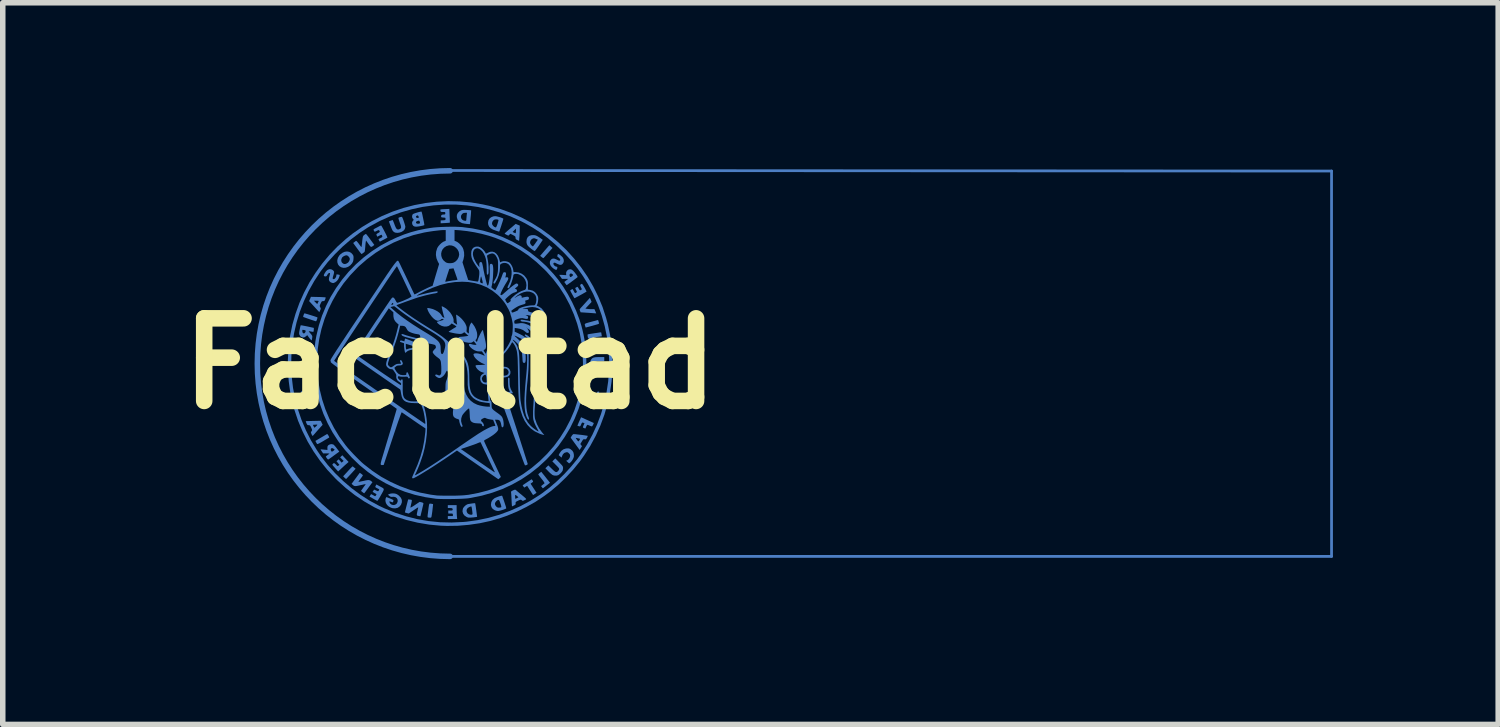
<source format=kicad_pcb>
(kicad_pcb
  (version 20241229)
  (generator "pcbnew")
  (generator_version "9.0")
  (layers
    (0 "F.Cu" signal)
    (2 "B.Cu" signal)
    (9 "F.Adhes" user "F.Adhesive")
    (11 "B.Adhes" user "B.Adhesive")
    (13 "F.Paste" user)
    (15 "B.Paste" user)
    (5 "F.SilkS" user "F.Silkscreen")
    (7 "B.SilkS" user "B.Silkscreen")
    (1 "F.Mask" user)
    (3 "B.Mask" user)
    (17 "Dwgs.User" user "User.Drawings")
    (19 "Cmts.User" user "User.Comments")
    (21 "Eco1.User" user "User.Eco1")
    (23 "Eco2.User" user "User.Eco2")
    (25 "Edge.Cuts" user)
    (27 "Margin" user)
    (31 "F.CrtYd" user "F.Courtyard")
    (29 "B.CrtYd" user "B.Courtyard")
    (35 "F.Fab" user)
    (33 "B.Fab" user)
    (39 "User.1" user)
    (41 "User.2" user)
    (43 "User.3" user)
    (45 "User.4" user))
  (footprint "Facultad"
    (layer "F.Cu")
    (at 5.121 3.55)
    (property "Reference" "Facultad" (at 0 0 0) (layer "F.SilkS") (effects (font (size 1.5 1.5) (thickness 0.3))))
    (attr board_only exclude_from_pos_files exclude_from_bom)
    (fp_line (start 0 -3.505) (end 16 -3.495) (stroke (width 0.05) (type solid)) (layer "B.Cu"))
    (fp_line (start 0 3.5) (end 16 3.5) (stroke (width 0.05) (type solid)) (layer "B.Cu"))
    (fp_line (start 16 3.5) (end 16 -3.495) (stroke (width 0.05) (type solid)) (layer "B.Cu"))
    (fp_arc (start 0 3.5) (mid -3.5 0) (end 0 -3.5) (stroke (width 0.1) (type solid)) (layer "B.Cu"))
    (fp_poly (pts (xy -2.674 0.499) (xy -2.668 0.516) (xy -2.661 0.537) (xy -2.656 0.559) (xy -2.654 0.575) (xy -2.655 0.581) (xy -2.663 0.584) (xy -2.673 0.587) (xy -2.682 0.588) (xy -2.688 0.583) (xy -2.694 0.568) (xy -2.698 0.548) (xy -2.702 0.519) (xy -2.7 0.502) (xy -2.691 0.494) (xy -2.679 0.493)) (stroke (width 0) (type solid)) (fill yes) (layer "B.Cu"))
    (fp_poly (pts (xy 1.83 -2.124) (xy 1.858 -2.099) (xy 1.779 -2.008) (xy 1.751 -1.977) (xy 1.727 -1.95) (xy 1.708 -1.929) (xy 1.696 -1.917) (xy 1.693 -1.914) (xy 1.684 -1.918) (xy 1.668 -1.928) (xy 1.661 -1.934) (xy 1.634 -1.956) (xy 1.689 -2.02) (xy 1.715 -2.05) (xy 1.741 -2.08) (xy 1.763 -2.105) (xy 1.773 -2.117) (xy 1.802 -2.149)) (stroke (width 0) (type solid)) (fill yes) (layer "B.Cu"))
    (fp_poly (pts (xy 2.699 0.508) (xy 2.705 0.513) (xy 2.705 0.524) (xy 2.702 0.545) (xy 2.698 0.561) (xy 2.692 0.584) (xy 2.686 0.595) (xy 2.676 0.599) (xy 2.671 0.599) (xy 2.657 0.597) (xy 2.653 0.592) (xy 2.654 0.581) (xy 2.658 0.56) (xy 2.661 0.546) (xy 2.667 0.523) (xy 2.674 0.512) (xy 2.683 0.508) (xy 2.688 0.508)) (stroke (width 0) (type solid)) (fill yes) (layer "B.Cu"))
    (fp_poly (pts (xy -1.763 1.87) (xy -1.748 1.882) (xy -1.741 1.888) (xy -1.715 1.909) (xy -1.798 2) (xy -1.827 2.031) (xy -1.852 2.058) (xy -1.872 2.079) (xy -1.884 2.091) (xy -1.888 2.094) (xy -1.896 2.09) (xy -1.911 2.078) (xy -1.918 2.071) (xy -1.942 2.046) (xy -1.859 1.956) (xy -1.831 1.925) (xy -1.806 1.899) (xy -1.787 1.88) (xy -1.775 1.868) (xy -1.772 1.866)) (stroke (width 0) (type solid)) (fill yes) (layer "B.Cu"))
    (fp_poly (pts (xy -2.217 1.295) (xy -2.205 1.313) (xy -2.197 1.331) (xy -2.195 1.342) (xy -2.196 1.343) (xy -2.203 1.347) (xy -2.221 1.358) (xy -2.248 1.374) (xy -2.281 1.393) (xy -2.303 1.407) (xy -2.347 1.432) (xy -2.379 1.449) (xy -2.4 1.458) (xy -2.412 1.461) (xy -2.415 1.459) (xy -2.423 1.447) (xy -2.433 1.428) (xy -2.434 1.427) (xy -2.446 1.404) (xy -2.338 1.34) (xy -2.231 1.277)) (stroke (width 0) (type solid)) (fill yes) (layer "B.Cu"))
    (fp_poly (pts (xy 2.689 -0.784) (xy 2.693 -0.769) (xy 2.698 -0.749) (xy 2.703 -0.735) (xy 2.704 -0.73) (xy 2.701 -0.726) (xy 2.693 -0.72) (xy 2.678 -0.714) (xy 2.654 -0.707) (xy 2.62 -0.697) (xy 2.574 -0.684) (xy 2.532 -0.673) (xy 2.461 -0.654) (xy 2.455 -0.67) (xy 2.448 -0.69) (xy 2.444 -0.705) (xy 2.445 -0.716) (xy 2.452 -0.724) (xy 2.468 -0.732) (xy 2.495 -0.74) (xy 2.533 -0.751) (xy 2.56 -0.758) (xy 2.6 -0.769) (xy 2.636 -0.778) (xy 2.663 -0.786) (xy 2.68 -0.79) (xy 2.684 -0.79)) (stroke (width 0) (type solid)) (fill yes) (layer "B.Cu"))
    (fp_poly (pts (xy 2.553 -1.156) (xy 2.568 -1.119) (xy 2.511 -1.058) (xy 2.455 -0.998) (xy 2.483 -0.994) (xy 2.506 -0.991) (xy 2.537 -0.989) (xy 2.566 -0.989) (xy 2.619 -0.989) (xy 2.636 -0.95) (xy 2.652 -0.912) (xy 2.628 -0.913) (xy 2.612 -0.914) (xy 2.584 -0.916) (xy 2.547 -0.919) (xy 2.506 -0.922) (xy 2.486 -0.923) (xy 2.369 -0.931) (xy 2.358 -0.958) (xy 2.352 -0.976) (xy 2.353 -0.988) (xy 2.364 -1.002) (xy 2.365 -1.003) (xy 2.376 -1.016) (xy 2.396 -1.037) (xy 2.421 -1.065) (xy 2.449 -1.096) (xy 2.46 -1.108) (xy 2.537 -1.193)) (stroke (width 0) (type solid)) (fill yes) (layer "B.Cu"))
    (fp_poly (pts (xy -2.634 -0.91) (xy -2.613 -0.904) (xy -2.584 -0.896) (xy -2.55 -0.885) (xy -2.514 -0.874) (xy -2.479 -0.863) (xy -2.449 -0.853) (xy -2.425 -0.845) (xy -2.411 -0.84) (xy -2.41 -0.839) (xy -2.409 -0.83) (xy -2.413 -0.813) (xy -2.42 -0.793) (xy -2.427 -0.776) (xy -2.434 -0.768) (xy -2.434 -0.768) (xy -2.444 -0.77) (xy -2.466 -0.777) (xy -2.497 -0.787) (xy -2.533 -0.799) (xy -2.553 -0.806) (xy -2.591 -0.819) (xy -2.624 -0.831) (xy -2.649 -0.84) (xy -2.664 -0.845) (xy -2.666 -0.846) (xy -2.667 -0.856) (xy -2.663 -0.873) (xy -2.656 -0.892) (xy -2.649 -0.907) (xy -2.643 -0.912)) (stroke (width 0) (type solid)) (fill yes) (layer "B.Cu"))
    (fp_poly (pts (xy -0.359 2.542) (xy -0.347 2.544) (xy -0.345 2.544) (xy -0.325 2.547) (xy -0.312 2.55) (xy -0.31 2.551) (xy -0.31 2.559) (xy -0.312 2.579) (xy -0.315 2.607) (xy -0.319 2.642) (xy -0.323 2.679) (xy -0.328 2.715) (xy -0.333 2.747) (xy -0.337 2.773) (xy -0.337 2.773) (xy -0.342 2.79) (xy -0.352 2.797) (xy -0.365 2.797) (xy -0.386 2.796) (xy -0.401 2.793) (xy -0.406 2.79) (xy -0.409 2.784) (xy -0.409 2.772) (xy -0.408 2.751) (xy -0.404 2.72) (xy -0.399 2.681) (xy -0.393 2.632) (xy -0.388 2.595) (xy -0.384 2.57) (xy -0.38 2.554) (xy -0.375 2.545) (xy -0.368 2.542)) (stroke (width 0) (type solid)) (fill yes) (layer "B.Cu"))
    (fp_poly (pts (xy 1.672 1.986) (xy 1.683 2) (xy 1.702 2.023) (xy 1.725 2.052) (xy 1.75 2.084) (xy 1.751 2.086) (xy 1.813 2.163) (xy 1.75 2.213) (xy 1.724 2.234) (xy 1.702 2.251) (xy 1.688 2.261) (xy 1.683 2.263) (xy 1.677 2.258) (xy 1.666 2.244) (xy 1.665 2.243) (xy 1.651 2.224) (xy 1.676 2.204) (xy 1.694 2.189) (xy 1.709 2.178) (xy 1.711 2.176) (xy 1.713 2.169) (xy 1.707 2.157) (xy 1.694 2.136) (xy 1.671 2.106) (xy 1.66 2.092) (xy 1.637 2.063) (xy 1.618 2.038) (xy 1.605 2.02) (xy 1.6 2.011) (xy 1.6 2.011) (xy 1.605 2.004) (xy 1.619 1.991) (xy 1.627 1.985) (xy 1.655 1.964)) (stroke (width 0) (type solid)) (fill yes) (layer "B.Cu"))
    (fp_poly (pts (xy 0.118 2.648) (xy 0.119 2.688) (xy 0.12 2.728) (xy 0.122 2.762) (xy 0.123 2.774) (xy 0.128 2.821) (xy 0.043 2.821) (xy -0.042 2.821) (xy -0.042 2.794) (xy -0.042 2.768) (xy 0.004 2.768) (xy 0.05 2.768) (xy 0.05 2.745) (xy 0.049 2.732) (xy 0.044 2.725) (xy 0.032 2.722) (xy 0.008 2.722) (xy 0.008 2.722) (xy -0.034 2.722) (xy -0.034 2.695) (xy -0.034 2.668) (xy 0.003 2.668) (xy 0.03 2.667) (xy 0.043 2.662) (xy 0.047 2.651) (xy 0.045 2.639) (xy 0.04 2.629) (xy 0.03 2.624) (xy 0.011 2.623) (xy -0.001 2.622) (xy -0.042 2.622) (xy -0.042 2.596) (xy -0.042 2.569) (xy 0.038 2.569) (xy 0.118 2.569)) (stroke (width 0) (type solid)) (fill yes) (layer "B.Cu"))
    (fp_poly (pts (xy -1.9 1.725) (xy -1.843 1.786) (xy -1.869 1.809) (xy -1.886 1.824) (xy -1.91 1.845) (xy -1.938 1.871) (xy -1.964 1.895) (xy -2.033 1.958) (xy -2.088 1.897) (xy -2.112 1.87) (xy -2.128 1.852) (xy -2.135 1.84) (xy -2.137 1.831) (xy -2.133 1.825) (xy -2.13 1.821) (xy -2.116 1.809) (xy -2.103 1.808) (xy -2.088 1.818) (xy -2.071 1.835) (xy -2.055 1.852) (xy -2.045 1.859) (xy -2.036 1.858) (xy -2.027 1.851) (xy -2.009 1.838) (xy -2.036 1.805) (xy -2.063 1.773) (xy -2.043 1.755) (xy -2.023 1.738) (xy -1.996 1.768) (xy -1.97 1.798) (xy -1.951 1.782) (xy -1.933 1.767) (xy -1.965 1.734) (xy -1.997 1.702) (xy -1.977 1.683) (xy -1.957 1.664)) (stroke (width 0) (type solid)) (fill yes) (layer "B.Cu"))
    (fp_poly (pts (xy 1.494 2.118) (xy 1.505 2.135) (xy 1.505 2.146) (xy 1.492 2.157) (xy 1.485 2.162) (xy 1.47 2.172) (xy 1.462 2.179) (xy 1.462 2.179) (xy 1.466 2.188) (xy 1.476 2.204) (xy 1.488 2.222) (xy 1.506 2.25) (xy 1.528 2.283) (xy 1.541 2.303) (xy 1.568 2.346) (xy 1.538 2.366) (xy 1.52 2.378) (xy 1.508 2.385) (xy 1.506 2.386) (xy 1.501 2.38) (xy 1.49 2.363) (xy 1.474 2.338) (xy 1.455 2.308) (xy 1.451 2.302) (xy 1.398 2.219) (xy 1.372 2.235) (xy 1.346 2.251) (xy 1.331 2.232) (xy 1.321 2.218) (xy 1.317 2.21) (xy 1.323 2.204) (xy 1.34 2.193) (xy 1.364 2.176) (xy 1.394 2.156) (xy 1.398 2.153) (xy 1.479 2.1)) (stroke (width 0) (type solid)) (fill yes) (layer "B.Cu"))
    (fp_poly (pts (xy 2.798 -0.08) (xy 2.798 -0.042) (xy 2.712 -0.042) (xy 2.667 -0.041) (xy 2.636 -0.039) (xy 2.615 -0.033) (xy 2.603 -0.023) (xy 2.598 -0.009) (xy 2.596 0.008) (xy 2.598 0.027) (xy 2.605 0.041) (xy 2.618 0.05) (xy 2.641 0.055) (xy 2.676 0.057) (xy 2.708 0.057) (xy 2.79 0.057) (xy 2.79 0.095) (xy 2.79 0.134) (xy 2.701 0.134) (xy 2.66 0.133) (xy 2.631 0.132) (xy 2.611 0.129) (xy 2.596 0.124) (xy 2.587 0.119) (xy 2.561 0.097) (xy 2.546 0.067) (xy 2.539 0.027) (xy 2.538 0.011) (xy 2.541 -0.027) (xy 2.55 -0.056) (xy 2.555 -0.065) (xy 2.569 -0.086) (xy 2.586 -0.101) (xy 2.608 -0.11) (xy 2.639 -0.116) (xy 2.681 -0.118) (xy 2.709 -0.118) (xy 2.798 -0.118)) (stroke (width 0) (type solid)) (fill yes) (layer "B.Cu"))
    (fp_poly (pts (xy 2.165 1.543) (xy 2.183 1.553) (xy 2.187 1.555) (xy 2.219 1.582) (xy 2.238 1.613) (xy 2.246 1.652) (xy 2.246 1.654) (xy 2.247 1.682) (xy 2.242 1.705) (xy 2.23 1.732) (xy 2.228 1.736) (xy 2.212 1.762) (xy 2.194 1.784) (xy 2.183 1.795) (xy 2.16 1.812) (xy 2.13 1.786) (xy 2.113 1.77) (xy 2.108 1.762) (xy 2.113 1.76) (xy 2.133 1.753) (xy 2.153 1.735) (xy 2.169 1.711) (xy 2.177 1.686) (xy 2.179 1.664) (xy 2.174 1.649) (xy 2.16 1.632) (xy 2.157 1.629) (xy 2.14 1.614) (xy 2.125 1.608) (xy 2.106 1.61) (xy 2.072 1.622) (xy 2.047 1.648) (xy 2.033 1.677) (xy 2.023 1.707) (xy 1.996 1.684) (xy 1.97 1.662) (xy 1.989 1.625) (xy 2.018 1.585) (xy 2.055 1.557) (xy 2.1 1.542) (xy 2.117 1.54) (xy 2.145 1.539)) (stroke (width 0) (type solid)) (fill yes) (layer "B.Cu"))
    (fp_poly (pts (xy 1.98 1.793) (xy 2.008 1.823) (xy 2.028 1.844) (xy 2.04 1.86) (xy 2.047 1.873) (xy 2.049 1.885) (xy 2.05 1.897) (xy 2.047 1.922) (xy 2.041 1.946) (xy 2.039 1.949) (xy 2.023 1.971) (xy 2 1.996) (xy 1.975 2.017) (xy 1.961 2.026) (xy 1.934 2.033) (xy 1.901 2.034) (xy 1.869 2.027) (xy 1.855 2.02) (xy 1.84 2.008) (xy 1.817 1.989) (xy 1.792 1.965) (xy 1.781 1.953) (xy 1.729 1.9) (xy 1.756 1.874) (xy 1.783 1.848) (xy 1.838 1.902) (xy 1.87 1.933) (xy 1.894 1.954) (xy 1.912 1.966) (xy 1.927 1.97) (xy 1.939 1.967) (xy 1.95 1.96) (xy 1.966 1.943) (xy 1.977 1.925) (xy 1.979 1.915) (xy 1.978 1.906) (xy 1.971 1.895) (xy 1.957 1.878) (xy 1.935 1.855) (xy 1.92 1.84) (xy 1.855 1.775) (xy 1.882 1.748) (xy 1.909 1.721)) (stroke (width 0) (type solid)) (fill yes) (layer "B.Cu"))
    (fp_poly (pts (xy -2.396 -1.209) (xy -2.353 -1.208) (xy -2.315 -1.206) (xy -2.285 -1.204) (xy -2.266 -1.203) (xy -2.26 -1.201) (xy -2.26 -1.192) (xy -2.265 -1.174) (xy -2.268 -1.165) (xy -2.277 -1.145) (xy -2.287 -1.136) (xy -2.302 -1.134) (xy -2.306 -1.134) (xy -2.32 -1.133) (xy -2.331 -1.127) (xy -2.34 -1.113) (xy -2.351 -1.09) (xy -2.362 -1.066) (xy -2.367 -1.05) (xy -2.366 -1.039) (xy -2.36 -1.026) (xy -2.358 -1.022) (xy -2.35 -1.006) (xy -2.349 -0.993) (xy -2.354 -0.978) (xy -2.36 -0.965) (xy -2.375 -0.933) (xy -2.467 -1.034) (xy -2.56 -1.135) (xy -2.557 -1.141) (xy -2.473 -1.141) (xy -2.443 -1.111) (xy -2.413 -1.08) (xy -2.4 -1.105) (xy -2.391 -1.123) (xy -2.386 -1.135) (xy -2.386 -1.136) (xy -2.393 -1.139) (xy -2.411 -1.141) (xy -2.429 -1.141) (xy -2.473 -1.141) (xy -2.557 -1.141) (xy -2.543 -1.173) (xy -2.527 -1.212)) (stroke (width 0) (type solid)) (fill yes) (layer "B.Cu"))
    (fp_poly (pts (xy 1.227 -2.52) (xy 1.264 -2.505) (xy 1.263 -2.432) (xy 1.262 -2.389) (xy 1.26 -2.343) (xy 1.258 -2.301) (xy 1.257 -2.293) (xy 1.252 -2.227) (xy 1.22 -2.243) (xy 1.199 -2.254) (xy 1.19 -2.265) (xy 1.187 -2.28) (xy 1.187 -2.284) (xy 1.186 -2.298) (xy 1.18 -2.308) (xy 1.167 -2.318) (xy 1.144 -2.331) (xy 1.141 -2.333) (xy 1.094 -2.356) (xy 1.075 -2.339) (xy 1.057 -2.322) (xy 1.023 -2.338) (xy 1.003 -2.349) (xy 0.991 -2.358) (xy 0.989 -2.361) (xy 0.995 -2.367) (xy 1.011 -2.382) (xy 1.02 -2.39) (xy 1.134 -2.39) (xy 1.158 -2.377) (xy 1.176 -2.37) (xy 1.188 -2.367) (xy 1.189 -2.368) (xy 1.192 -2.377) (xy 1.194 -2.396) (xy 1.195 -2.411) (xy 1.195 -2.45) (xy 1.164 -2.42) (xy 1.134 -2.39) (xy 1.02 -2.39) (xy 1.034 -2.403) (xy 1.064 -2.429) (xy 1.09 -2.451) (xy 1.19 -2.536)) (stroke (width 0) (type solid)) (fill yes) (layer "B.Cu"))
    (fp_poly (pts (xy 0.272 -2.79) (xy 0.299 -2.789) (xy 0.332 -2.787) (xy 0.359 -2.785) (xy 0.376 -2.783) (xy 0.381 -2.782) (xy 0.381 -2.774) (xy 0.38 -2.753) (xy 0.378 -2.722) (xy 0.375 -2.684) (xy 0.372 -2.655) (xy 0.36 -2.531) (xy 0.34 -2.532) (xy 0.323 -2.533) (xy 0.296 -2.536) (xy 0.269 -2.539) (xy 0.216 -2.55) (xy 0.174 -2.571) (xy 0.144 -2.6) (xy 0.133 -2.619) (xy 0.121 -2.66) (xy 0.121 -2.661) (xy 0.196 -2.661) (xy 0.203 -2.634) (xy 0.221 -2.611) (xy 0.247 -2.597) (xy 0.273 -2.592) (xy 0.288 -2.594) (xy 0.294 -2.605) (xy 0.294 -2.613) (xy 0.295 -2.631) (xy 0.298 -2.659) (xy 0.3 -2.685) (xy 0.306 -2.737) (xy 0.273 -2.737) (xy 0.247 -2.734) (xy 0.228 -2.724) (xy 0.217 -2.715) (xy 0.2 -2.689) (xy 0.196 -2.661) (xy 0.121 -2.661) (xy 0.123 -2.699) (xy 0.139 -2.734) (xy 0.169 -2.764) (xy 0.189 -2.776) (xy 0.206 -2.784) (xy 0.222 -2.788) (xy 0.243 -2.79)) (stroke (width 0) (type solid)) (fill yes) (layer "B.Cu"))
    (fp_poly (pts (xy 1.53 -2.331) (xy 1.554 -2.326) (xy 1.579 -2.315) (xy 1.608 -2.297) (xy 1.639 -2.277) (xy 1.682 -2.246) (xy 1.613 -2.144) (xy 1.589 -2.11) (xy 1.567 -2.08) (xy 1.55 -2.058) (xy 1.538 -2.045) (xy 1.535 -2.042) (xy 1.526 -2.047) (xy 1.507 -2.058) (xy 1.484 -2.075) (xy 1.474 -2.082) (xy 1.436 -2.113) (xy 1.41 -2.139) (xy 1.395 -2.165) (xy 1.387 -2.192) (xy 1.387 -2.197) (xy 1.451 -2.197) (xy 1.452 -2.187) (xy 1.459 -2.17) (xy 1.472 -2.152) (xy 1.487 -2.137) (xy 1.499 -2.129) (xy 1.503 -2.128) (xy 1.51 -2.135) (xy 1.523 -2.152) (xy 1.541 -2.175) (xy 1.551 -2.19) (xy 1.593 -2.249) (xy 1.558 -2.264) (xy 1.536 -2.273) (xy 1.521 -2.275) (xy 1.505 -2.272) (xy 1.496 -2.268) (xy 1.472 -2.251) (xy 1.456 -2.226) (xy 1.451 -2.197) (xy 1.387 -2.197) (xy 1.386 -2.216) (xy 1.391 -2.26) (xy 1.408 -2.294) (xy 1.435 -2.318) (xy 1.473 -2.33) (xy 1.503 -2.332)) (stroke (width 0) (type solid)) (fill yes) (layer "B.Cu"))
    (fp_poly (pts (xy 2.49 1.025) (xy 2.528 1.042) (xy 2.562 1.057) (xy 2.587 1.069) (xy 2.603 1.076) (xy 2.606 1.078) (xy 2.606 1.086) (xy 2.6 1.101) (xy 2.591 1.119) (xy 2.581 1.134) (xy 2.574 1.141) (xy 2.574 1.141) (xy 2.562 1.138) (xy 2.543 1.131) (xy 2.532 1.126) (xy 2.511 1.117) (xy 2.495 1.112) (xy 2.492 1.111) (xy 2.485 1.117) (xy 2.475 1.134) (xy 2.47 1.145) (xy 2.461 1.165) (xy 2.455 1.177) (xy 2.453 1.179) (xy 2.445 1.176) (xy 2.429 1.17) (xy 2.417 1.165) (xy 2.411 1.157) (xy 2.413 1.144) (xy 2.421 1.123) (xy 2.427 1.11) (xy 2.439 1.082) (xy 2.417 1.074) (xy 2.404 1.07) (xy 2.395 1.073) (xy 2.387 1.084) (xy 2.379 1.104) (xy 2.368 1.127) (xy 2.359 1.138) (xy 2.347 1.14) (xy 2.33 1.134) (xy 2.329 1.134) (xy 2.31 1.127) (xy 2.324 1.094) (xy 2.335 1.068) (xy 2.349 1.037) (xy 2.358 1.018) (xy 2.377 0.974)) (stroke (width 0) (type solid)) (fill yes) (layer "B.Cu"))
    (fp_poly (pts (xy -2.772 -0.338) (xy -2.752 -0.336) (xy -2.724 -0.334) (xy -2.689 -0.331) (xy -2.651 -0.327) (xy -2.614 -0.324) (xy -2.58 -0.321) (xy -2.552 -0.318) (xy -2.533 -0.315) (xy -2.527 -0.314) (xy -2.527 -0.307) (xy -2.529 -0.287) (xy -2.531 -0.259) (xy -2.533 -0.235) (xy -2.54 -0.157) (xy -2.567 -0.157) (xy -2.594 -0.157) (xy -2.589 -0.202) (xy -2.585 -0.248) (xy -2.606 -0.248) (xy -2.624 -0.245) (xy -2.634 -0.233) (xy -2.637 -0.211) (xy -2.638 -0.198) (xy -2.639 -0.181) (xy -2.645 -0.173) (xy -2.662 -0.172) (xy -2.665 -0.172) (xy -2.693 -0.172) (xy -2.688 -0.214) (xy -2.686 -0.238) (xy -2.687 -0.251) (xy -2.692 -0.256) (xy -2.699 -0.257) (xy -2.716 -0.258) (xy -2.724 -0.259) (xy -2.73 -0.252) (xy -2.735 -0.231) (xy -2.737 -0.218) (xy -2.74 -0.194) (xy -2.744 -0.181) (xy -2.752 -0.175) (xy -2.767 -0.173) (xy -2.792 -0.171) (xy -2.787 -0.253) (xy -2.784 -0.287) (xy -2.782 -0.314) (xy -2.78 -0.332) (xy -2.78 -0.338)) (stroke (width 0) (type solid)) (fill yes) (layer "B.Cu"))
    (fp_poly (pts (xy -0.009 -2.683) (xy -0.007 -2.642) (xy -0.006 -2.606) (xy -0.005 -2.578) (xy -0.005 -2.561) (xy -0.005 -2.558) (xy -0.013 -2.557) (xy -0.034 -2.555) (xy -0.062 -2.553) (xy -0.09 -2.551) (xy -0.172 -2.547) (xy -0.172 -2.573) (xy -0.172 -2.599) (xy -0.128 -2.601) (xy -0.103 -2.603) (xy -0.09 -2.606) (xy -0.085 -2.613) (xy -0.084 -2.625) (xy -0.084 -2.626) (xy -0.085 -2.64) (xy -0.09 -2.647) (xy -0.103 -2.65) (xy -0.124 -2.651) (xy -0.147 -2.653) (xy -0.159 -2.657) (xy -0.164 -2.665) (xy -0.164 -2.675) (xy -0.16 -2.692) (xy -0.147 -2.702) (xy -0.121 -2.706) (xy -0.109 -2.706) (xy -0.094 -2.709) (xy -0.088 -2.718) (xy -0.088 -2.729) (xy -0.089 -2.742) (xy -0.093 -2.749) (xy -0.105 -2.752) (xy -0.129 -2.752) (xy -0.13 -2.752) (xy -0.154 -2.753) (xy -0.167 -2.756) (xy -0.174 -2.763) (xy -0.176 -2.772) (xy -0.178 -2.788) (xy -0.177 -2.796) (xy -0.167 -2.798) (xy -0.146 -2.801) (xy -0.117 -2.803) (xy -0.093 -2.804) (xy -0.014 -2.808)) (stroke (width 0) (type solid)) (fill yes) (layer "B.Cu"))
    (fp_poly (pts (xy -1.833 -2.029) (xy -1.797 -2.01) (xy -1.769 -1.98) (xy -1.759 -1.963) (xy -1.754 -1.945) (xy -1.753 -1.921) (xy -1.754 -1.905) (xy -1.757 -1.873) (xy -1.764 -1.849) (xy -1.777 -1.825) (xy -1.781 -1.819) (xy -1.814 -1.782) (xy -1.853 -1.756) (xy -1.895 -1.741) (xy -1.937 -1.738) (xy -1.977 -1.748) (xy -2.012 -1.77) (xy -2.035 -1.801) (xy -2.047 -1.838) (xy -2.048 -1.862) (xy -1.976 -1.862) (xy -1.966 -1.836) (xy -1.944 -1.816) (xy -1.943 -1.815) (xy -1.924 -1.808) (xy -1.907 -1.807) (xy -1.885 -1.814) (xy -1.878 -1.817) (xy -1.852 -1.834) (xy -1.832 -1.861) (xy -1.822 -1.891) (xy -1.821 -1.9) (xy -1.827 -1.921) (xy -1.842 -1.942) (xy -1.861 -1.959) (xy -1.881 -1.966) (xy -1.882 -1.966) (xy -1.907 -1.961) (xy -1.934 -1.948) (xy -1.955 -1.932) (xy -1.961 -1.925) (xy -1.975 -1.893) (xy -1.976 -1.862) (xy -2.048 -1.862) (xy -2.048 -1.878) (xy -2.037 -1.92) (xy -2.014 -1.959) (xy -1.996 -1.98) (xy -1.957 -2.01) (xy -1.915 -2.029) (xy -1.873 -2.035)) (stroke (width 0) (type solid)) (fill yes) (layer "B.Cu"))
    (fp_poly (pts (xy 1.976 -1.984) (xy 1.997 -1.97) (xy 2.019 -1.952) (xy 2.038 -1.933) (xy 2.05 -1.918) (xy 2.063 -1.883) (xy 2.062 -1.848) (xy 2.054 -1.828) (xy 2.036 -1.804) (xy 2.013 -1.792) (xy 1.985 -1.794) (xy 1.95 -1.808) (xy 1.938 -1.814) (xy 1.908 -1.829) (xy 1.888 -1.832) (xy 1.877 -1.825) (xy 1.874 -1.81) (xy 1.881 -1.792) (xy 1.897 -1.774) (xy 1.917 -1.762) (xy 1.928 -1.76) (xy 1.943 -1.756) (xy 1.947 -1.744) (xy 1.944 -1.725) (xy 1.936 -1.707) (xy 1.924 -1.701) (xy 1.906 -1.707) (xy 1.882 -1.721) (xy 1.846 -1.751) (xy 1.821 -1.784) (xy 1.81 -1.818) (xy 1.811 -1.851) (xy 1.82 -1.873) (xy 1.842 -1.897) (xy 1.867 -1.907) (xy 1.897 -1.904) (xy 1.934 -1.888) (xy 1.943 -1.883) (xy 1.971 -1.87) (xy 1.989 -1.868) (xy 1.999 -1.879) (xy 1.997 -1.891) (xy 1.987 -1.908) (xy 1.971 -1.924) (xy 1.955 -1.935) (xy 1.952 -1.936) (xy 1.947 -1.945) (xy 1.947 -1.961) (xy 1.951 -1.977) (xy 1.958 -1.988) (xy 1.962 -1.989)) (stroke (width 0) (type solid)) (fill yes) (layer "B.Cu"))
    (fp_poly (pts (xy 2.251 1.281) (xy 2.274 1.282) (xy 2.305 1.286) (xy 2.342 1.29) (xy 2.381 1.294) (xy 2.418 1.299) (xy 2.452 1.304) (xy 2.479 1.308) (xy 2.495 1.311) (xy 2.498 1.312) (xy 2.497 1.32) (xy 2.489 1.337) (xy 2.484 1.347) (xy 2.472 1.366) (xy 2.462 1.375) (xy 2.449 1.375) (xy 2.442 1.374) (xy 2.431 1.373) (xy 2.422 1.374) (xy 2.414 1.38) (xy 2.404 1.393) (xy 2.389 1.417) (xy 2.38 1.432) (xy 2.363 1.46) (xy 2.378 1.48) (xy 2.394 1.499) (xy 2.372 1.534) (xy 2.351 1.568) (xy 2.27 1.457) (xy 2.194 1.353) (xy 2.282 1.353) (xy 2.288 1.364) (xy 2.303 1.385) (xy 2.308 1.392) (xy 2.321 1.408) (xy 2.329 1.412) (xy 2.335 1.407) (xy 2.338 1.404) (xy 2.35 1.386) (xy 2.356 1.376) (xy 2.358 1.368) (xy 2.351 1.362) (xy 2.334 1.359) (xy 2.311 1.354) (xy 2.293 1.35) (xy 2.291 1.35) (xy 2.283 1.349) (xy 2.282 1.353) (xy 2.194 1.353) (xy 2.188 1.345) (xy 2.206 1.314) (xy 2.22 1.295) (xy 2.234 1.282) (xy 2.239 1.28)) (stroke (width 0) (type solid)) (fill yes) (layer "B.Cu"))
    (fp_poly (pts (xy -1.612 2.002) (xy -1.595 2.015) (xy -1.585 2.026) (xy -1.584 2.029) (xy -1.588 2.037) (xy -1.6 2.055) (xy -1.617 2.078) (xy -1.626 2.09) (xy -1.644 2.115) (xy -1.657 2.134) (xy -1.664 2.145) (xy -1.665 2.147) (xy -1.657 2.147) (xy -1.637 2.143) (xy -1.608 2.137) (xy -1.574 2.13) (xy -1.573 2.13) (xy -1.53 2.12) (xy -1.498 2.115) (xy -1.475 2.115) (xy -1.457 2.119) (xy -1.441 2.127) (xy -1.43 2.136) (xy -1.41 2.153) (xy -1.484 2.254) (xy -1.509 2.288) (xy -1.53 2.317) (xy -1.547 2.339) (xy -1.558 2.352) (xy -1.561 2.355) (xy -1.569 2.35) (xy -1.584 2.339) (xy -1.591 2.333) (xy -1.618 2.311) (xy -1.598 2.282) (xy -1.581 2.257) (xy -1.561 2.229) (xy -1.554 2.22) (xy -1.541 2.202) (xy -1.534 2.19) (xy -1.534 2.187) (xy -1.543 2.189) (xy -1.564 2.193) (xy -1.593 2.2) (xy -1.624 2.206) (xy -1.667 2.216) (xy -1.698 2.222) (xy -1.72 2.224) (xy -1.736 2.222) (xy -1.748 2.217) (xy -1.761 2.208) (xy -1.765 2.204) (xy -1.789 2.183) (xy -1.715 2.083) (xy -1.64 1.982)) (stroke (width 0) (type solid)) (fill yes) (layer "B.Cu"))
    (fp_poly (pts (xy -0.875 -2.663) (xy -0.874 -2.663) (xy -0.867 -2.65) (xy -0.857 -2.627) (xy -0.846 -2.597) (xy -0.835 -2.564) (xy -0.825 -2.532) (xy -0.817 -2.505) (xy -0.813 -2.487) (xy -0.813 -2.485) (xy -0.817 -2.46) (xy -0.825 -2.439) (xy -0.845 -2.414) (xy -0.877 -2.393) (xy -0.914 -2.379) (xy -0.953 -2.373) (xy -0.99 -2.376) (xy -1.01 -2.383) (xy -1.031 -2.398) (xy -1.046 -2.417) (xy -1.047 -2.418) (xy -1.053 -2.432) (xy -1.063 -2.454) (xy -1.074 -2.482) (xy -1.086 -2.512) (xy -1.097 -2.541) (xy -1.105 -2.564) (xy -1.11 -2.578) (xy -1.111 -2.58) (xy -1.104 -2.584) (xy -1.088 -2.591) (xy -1.076 -2.595) (xy -1.042 -2.606) (xy -1.032 -2.582) (xy -1.024 -2.563) (xy -1.013 -2.535) (xy -1.002 -2.504) (xy -1.001 -2.502) (xy -0.985 -2.466) (xy -0.97 -2.444) (xy -0.953 -2.434) (xy -0.932 -2.435) (xy -0.916 -2.442) (xy -0.901 -2.451) (xy -0.892 -2.462) (xy -0.89 -2.479) (xy -0.894 -2.503) (xy -0.905 -2.536) (xy -0.917 -2.568) (xy -0.927 -2.599) (xy -0.935 -2.624) (xy -0.938 -2.641) (xy -0.938 -2.645) (xy -0.925 -2.653) (xy -0.906 -2.659) (xy -0.887 -2.663)) (stroke (width 0) (type solid)) (fill yes) (layer "B.Cu"))
    (fp_poly (pts (xy 0.454 2.535) (xy 0.454 2.535) (xy 0.456 2.544) (xy 0.46 2.565) (xy 0.465 2.596) (xy 0.47 2.634) (xy 0.474 2.661) (xy 0.49 2.781) (xy 0.468 2.786) (xy 0.45 2.788) (xy 0.422 2.792) (xy 0.391 2.794) (xy 0.387 2.795) (xy 0.355 2.796) (xy 0.333 2.796) (xy 0.315 2.791) (xy 0.295 2.782) (xy 0.294 2.781) (xy 0.258 2.756) (xy 0.235 2.723) (xy 0.225 2.685) (xy 0.225 2.678) (xy 0.226 2.671) (xy 0.298 2.671) (xy 0.304 2.697) (xy 0.319 2.72) (xy 0.343 2.736) (xy 0.376 2.744) (xy 0.379 2.744) (xy 0.396 2.742) (xy 0.404 2.737) (xy 0.406 2.727) (xy 0.405 2.706) (xy 0.402 2.68) (xy 0.398 2.651) (xy 0.394 2.624) (xy 0.389 2.603) (xy 0.385 2.593) (xy 0.384 2.592) (xy 0.374 2.595) (xy 0.355 2.601) (xy 0.347 2.605) (xy 0.319 2.622) (xy 0.303 2.645) (xy 0.298 2.671) (xy 0.226 2.671) (xy 0.228 2.652) (xy 0.234 2.628) (xy 0.236 2.623) (xy 0.255 2.598) (xy 0.28 2.574) (xy 0.307 2.557) (xy 0.326 2.55) (xy 0.379 2.542) (xy 0.419 2.536) (xy 0.444 2.534)) (stroke (width 0) (type solid)) (fill yes) (layer "B.Cu"))
    (fp_poly (pts (xy 0.837 -2.674) (xy 0.864 -2.668) (xy 0.893 -2.66) (xy 0.922 -2.651) (xy 0.946 -2.642) (xy 0.962 -2.633) (xy 0.966 -2.629) (xy 0.964 -2.618) (xy 0.958 -2.597) (xy 0.949 -2.567) (xy 0.938 -2.534) (xy 0.927 -2.498) (xy 0.915 -2.463) (xy 0.905 -2.433) (xy 0.897 -2.409) (xy 0.891 -2.396) (xy 0.89 -2.394) (xy 0.881 -2.397) (xy 0.862 -2.403) (xy 0.835 -2.411) (xy 0.83 -2.413) (xy 0.776 -2.433) (xy 0.736 -2.457) (xy 0.709 -2.484) (xy 0.693 -2.517) (xy 0.689 -2.544) (xy 0.76 -2.544) (xy 0.765 -2.522) (xy 0.78 -2.501) (xy 0.799 -2.483) (xy 0.819 -2.473) (xy 0.832 -2.473) (xy 0.837 -2.48) (xy 0.846 -2.499) (xy 0.856 -2.525) (xy 0.86 -2.538) (xy 0.869 -2.567) (xy 0.876 -2.591) (xy 0.878 -2.605) (xy 0.878 -2.607) (xy 0.866 -2.614) (xy 0.845 -2.618) (xy 0.822 -2.617) (xy 0.806 -2.614) (xy 0.783 -2.598) (xy 0.766 -2.573) (xy 0.76 -2.544) (xy 0.76 -2.544) (xy 0.689 -2.544) (xy 0.688 -2.556) (xy 0.688 -2.558) (xy 0.695 -2.598) (xy 0.714 -2.631) (xy 0.744 -2.656) (xy 0.783 -2.672) (xy 0.817 -2.676)) (stroke (width 0) (type solid)) (fill yes) (layer "B.Cu"))
    (fp_poly (pts (xy -2.12 1.469) (xy -2.118 1.47) (xy -2.108 1.479) (xy -2.091 1.497) (xy -2.07 1.522) (xy -2.058 1.538) (xy -2.012 1.598) (xy -2.107 1.667) (xy -2.14 1.692) (xy -2.17 1.713) (xy -2.193 1.729) (xy -2.208 1.739) (xy -2.211 1.741) (xy -2.222 1.737) (xy -2.235 1.723) (xy -2.24 1.716) (xy -2.258 1.688) (xy -2.24 1.672) (xy -2.219 1.656) (xy -2.202 1.644) (xy -2.194 1.637) (xy -2.192 1.633) (xy -2.2 1.631) (xy -2.219 1.631) (xy -2.245 1.63) (xy -2.306 1.63) (xy -2.325 1.601) (xy -2.338 1.582) (xy -2.348 1.567) (xy -2.35 1.564) (xy -2.35 1.558) (xy -2.337 1.557) (xy -2.331 1.558) (xy -2.308 1.56) (xy -2.279 1.563) (xy -2.266 1.564) (xy -2.227 1.568) (xy -2.227 1.565) (xy -2.168 1.565) (xy -2.163 1.58) (xy -2.154 1.595) (xy -2.142 1.598) (xy -2.125 1.588) (xy -2.116 1.582) (xy -2.095 1.564) (xy -2.114 1.547) (xy -2.134 1.535) (xy -2.152 1.535) (xy -2.165 1.546) (xy -2.168 1.565) (xy -2.227 1.565) (xy -2.228 1.533) (xy -2.227 1.51) (xy -2.221 1.494) (xy -2.208 1.48) (xy -2.181 1.466) (xy -2.149 1.462)) (stroke (width 0) (type solid)) (fill yes) (layer "B.Cu"))
    (fp_poly (pts (xy -1.279 2.227) (xy -1.247 2.244) (xy -1.224 2.257) (xy -1.21 2.268) (xy -1.205 2.281) (xy -1.207 2.297) (xy -1.218 2.32) (xy -1.235 2.352) (xy -1.254 2.385) (xy -1.274 2.421) (xy -1.293 2.452) (xy -1.308 2.476) (xy -1.318 2.489) (xy -1.321 2.492) (xy -1.33 2.488) (xy -1.35 2.478) (xy -1.376 2.464) (xy -1.395 2.453) (xy -1.462 2.415) (xy -1.45 2.393) (xy -1.441 2.377) (xy -1.434 2.371) (xy -1.433 2.371) (xy -1.424 2.374) (xy -1.407 2.384) (xy -1.397 2.389) (xy -1.376 2.402) (xy -1.363 2.407) (xy -1.355 2.404) (xy -1.347 2.393) (xy -1.345 2.39) (xy -1.338 2.379) (xy -1.339 2.371) (xy -1.348 2.363) (xy -1.369 2.352) (xy -1.37 2.351) (xy -1.408 2.33) (xy -1.395 2.31) (xy -1.386 2.296) (xy -1.381 2.288) (xy -1.381 2.288) (xy -1.374 2.29) (xy -1.358 2.297) (xy -1.344 2.303) (xy -1.323 2.313) (xy -1.311 2.317) (xy -1.303 2.314) (xy -1.297 2.306) (xy -1.288 2.291) (xy -1.29 2.282) (xy -1.305 2.273) (xy -1.307 2.272) (xy -1.329 2.261) (xy -1.346 2.251) (xy -1.357 2.243) (xy -1.358 2.234) (xy -1.351 2.218) (xy -1.351 2.217) (xy -1.339 2.194)) (stroke (width 0) (type solid)) (fill yes) (layer "B.Cu"))
    (fp_poly (pts (xy -2.331 1.075) (xy -2.314 1.111) (xy -2.333 1.132) (xy -2.346 1.146) (xy -2.365 1.168) (xy -2.39 1.195) (xy -2.417 1.226) (xy -2.42 1.229) (xy -2.445 1.258) (xy -2.467 1.283) (xy -2.484 1.302) (xy -2.493 1.312) (xy -2.493 1.312) (xy -2.5 1.31) (xy -2.509 1.297) (xy -2.515 1.283) (xy -2.524 1.262) (xy -2.527 1.249) (xy -2.524 1.239) (xy -2.516 1.228) (xy -2.509 1.218) (xy -2.506 1.208) (xy -2.508 1.195) (xy -2.517 1.175) (xy -2.521 1.164) (xy -2.533 1.139) (xy -2.541 1.126) (xy -2.551 1.12) (xy -2.565 1.118) (xy -2.567 1.118) (xy -2.583 1.117) (xy -2.59 1.112) (xy -2.492 1.112) (xy -2.479 1.138) (xy -2.47 1.155) (xy -2.463 1.164) (xy -2.462 1.164) (xy -2.455 1.159) (xy -2.441 1.146) (xy -2.432 1.138) (xy -2.417 1.122) (xy -2.41 1.111) (xy -2.409 1.109) (xy -2.418 1.108) (xy -2.437 1.108) (xy -2.452 1.109) (xy -2.492 1.112) (xy -2.59 1.112) (xy -2.593 1.11) (xy -2.603 1.094) (xy -2.608 1.083) (xy -2.616 1.062) (xy -2.62 1.049) (xy -2.621 1.046) (xy -2.613 1.045) (xy -2.592 1.044) (xy -2.561 1.043) (xy -2.522 1.042) (xy -2.484 1.041) (xy -2.349 1.038)) (stroke (width 0) (type solid)) (fill yes) (layer "B.Cu"))
    (fp_poly (pts (xy 0.943 2.399) (xy 0.948 2.408) (xy 0.955 2.429) (xy 0.965 2.457) (xy 0.977 2.491) (xy 0.989 2.527) (xy 1 2.561) (xy 1.01 2.591) (xy 1.016 2.614) (xy 1.019 2.626) (xy 1.019 2.627) (xy 1.012 2.633) (xy 0.994 2.641) (xy 0.969 2.651) (xy 0.94 2.66) (xy 0.91 2.668) (xy 0.884 2.674) (xy 0.866 2.676) (xy 0.842 2.672) (xy 0.815 2.664) (xy 0.809 2.661) (xy 0.773 2.638) (xy 0.751 2.607) (xy 0.741 2.568) (xy 0.741 2.557) (xy 0.743 2.546) (xy 0.813 2.546) (xy 0.818 2.568) (xy 0.832 2.59) (xy 0.833 2.591) (xy 0.85 2.607) (xy 0.868 2.614) (xy 0.884 2.615) (xy 0.907 2.613) (xy 0.923 2.61) (xy 0.926 2.609) (xy 0.929 2.602) (xy 0.928 2.588) (xy 0.922 2.564) (xy 0.913 2.538) (xy 0.902 2.507) (xy 0.894 2.488) (xy 0.887 2.479) (xy 0.879 2.475) (xy 0.873 2.476) (xy 0.852 2.484) (xy 0.833 2.503) (xy 0.818 2.525) (xy 0.813 2.546) (xy 0.743 2.546) (xy 0.748 2.513) (xy 0.769 2.476) (xy 0.801 2.447) (xy 0.801 2.447) (xy 0.822 2.436) (xy 0.848 2.425) (xy 0.877 2.414) (xy 0.905 2.405) (xy 0.928 2.4) (xy 0.941 2.398)) (stroke (width 0) (type solid)) (fill yes) (layer "B.Cu"))
    (fp_poly (pts (xy 2.191 -1.711) (xy 2.211 -1.703) (xy 2.233 -1.685) (xy 2.259 -1.657) (xy 2.29 -1.617) (xy 2.29 -1.616) (xy 2.306 -1.593) (xy 2.313 -1.579) (xy 2.312 -1.57) (xy 2.309 -1.565) (xy 2.299 -1.558) (xy 2.281 -1.544) (xy 2.256 -1.525) (xy 2.228 -1.504) (xy 2.198 -1.482) (xy 2.169 -1.461) (xy 2.144 -1.443) (xy 2.126 -1.43) (xy 2.116 -1.424) (xy 2.116 -1.424) (xy 2.11 -1.429) (xy 2.099 -1.444) (xy 2.093 -1.452) (xy 2.072 -1.481) (xy 2.088 -1.494) (xy 2.107 -1.509) (xy 2.125 -1.523) (xy 2.145 -1.538) (xy 2.088 -1.538) (xy 2.03 -1.538) (xy 2.006 -1.573) (xy 1.992 -1.592) (xy 1.983 -1.606) (xy 1.981 -1.61) (xy 1.988 -1.611) (xy 2.007 -1.611) (xy 2.034 -1.61) (xy 2.045 -1.609) (xy 2.109 -1.605) (xy 2.108 -1.607) (xy 2.166 -1.607) (xy 2.17 -1.589) (xy 2.178 -1.574) (xy 2.187 -1.57) (xy 2.201 -1.577) (xy 2.214 -1.587) (xy 2.228 -1.6) (xy 2.232 -1.608) (xy 2.226 -1.617) (xy 2.222 -1.622) (xy 2.203 -1.634) (xy 2.185 -1.635) (xy 2.172 -1.625) (xy 2.166 -1.607) (xy 2.108 -1.607) (xy 2.105 -1.63) (xy 2.107 -1.66) (xy 2.122 -1.686) (xy 2.145 -1.705) (xy 2.175 -1.712)) (stroke (width 0) (type solid)) (fill yes) (layer "B.Cu"))
    (fp_poly (pts (xy -2.561 -0.043) (xy -2.553 -0.025) (xy -2.546 -0.000077) (xy -2.541 0.027) (xy -2.538 0.053) (xy -2.538 0.054) (xy -2.543 0.098) (xy -2.558 0.13) (xy -2.582 0.15) (xy -2.588 0.153) (xy -2.612 0.162) (xy -2.63 0.163) (xy -2.648 0.157) (xy -2.653 0.154) (xy -2.67 0.139) (xy -2.686 0.108) (xy -2.692 0.095) (xy -2.707 0.063) (xy -2.721 0.046) (xy -2.734 0.044) (xy -2.744 0.057) (xy -2.748 0.073) (xy -2.744 0.093) (xy -2.741 0.099) (xy -2.735 0.117) (xy -2.736 0.127) (xy -2.747 0.135) (xy -2.754 0.138) (xy -2.771 0.145) (xy -2.783 0.143) (xy -2.79 0.13) (xy -2.795 0.106) (xy -2.797 0.074) (xy -2.798 0.044) (xy -2.797 0.024) (xy -2.793 0.01) (xy -2.784 -0.002) (xy -2.777 -0.01) (xy -2.758 -0.026) (xy -2.74 -0.033) (xy -2.72 -0.034) (xy -2.694 -0.032) (xy -2.675 -0.021) (xy -2.661 -0.001) (xy -2.649 0.032) (xy -2.649 0.032) (xy -2.637 0.065) (xy -2.624 0.082) (xy -2.61 0.084) (xy -2.603 0.08) (xy -2.594 0.063) (xy -2.593 0.039) (xy -2.6 0.011) (xy -2.604 0.003) (xy -2.611 -0.013) (xy -2.614 -0.022) (xy -2.613 -0.022) (xy -2.595 -0.035) (xy -2.578 -0.045) (xy -2.568 -0.05) (xy -2.568 -0.05)) (stroke (width 0) (type solid)) (fill yes) (layer "B.Cu"))
    (fp_poly (pts (xy -2.15 -1.708) (xy -2.125 -1.693) (xy -2.109 -1.673) (xy -2.107 -1.668) (xy -2.107 -1.654) (xy -2.111 -1.63) (xy -2.119 -1.602) (xy -2.12 -1.6) (xy -2.129 -1.568) (xy -2.132 -1.548) (xy -2.129 -1.538) (xy -2.128 -1.538) (xy -2.114 -1.532) (xy -2.098 -1.538) (xy -2.083 -1.553) (xy -2.071 -1.574) (xy -2.065 -1.599) (xy -2.065 -1.602) (xy -2.064 -1.615) (xy -2.057 -1.619) (xy -2.04 -1.617) (xy -2.037 -1.617) (xy -2.017 -1.613) (xy -2.006 -1.61) (xy -2.005 -1.61) (xy -2.004 -1.601) (xy -2.009 -1.582) (xy -2.018 -1.56) (xy -2.028 -1.537) (xy -2.037 -1.523) (xy -2.059 -1.497) (xy -2.086 -1.476) (xy -2.113 -1.464) (xy -2.125 -1.462) (xy -2.145 -1.466) (xy -2.168 -1.476) (xy -2.17 -1.477) (xy -2.192 -1.497) (xy -2.201 -1.523) (xy -2.198 -1.558) (xy -2.195 -1.568) (xy -2.188 -1.595) (xy -2.183 -1.619) (xy -2.181 -1.625) (xy -2.18 -1.64) (xy -2.187 -1.645) (xy -2.196 -1.644) (xy -2.214 -1.634) (xy -2.229 -1.611) (xy -2.24 -1.592) (xy -2.251 -1.584) (xy -2.265 -1.582) (xy -2.269 -1.583) (xy -2.287 -1.587) (xy -2.293 -1.596) (xy -2.29 -1.614) (xy -2.279 -1.636) (xy -2.254 -1.675) (xy -2.227 -1.7) (xy -2.198 -1.712) (xy -2.179 -1.714)) (stroke (width 0) (type solid)) (fill yes) (layer "B.Cu"))
    (fp_poly (pts (xy -1.52 -2.346) (xy -1.506 -2.329) (xy -1.486 -2.304) (xy -1.463 -2.273) (xy -1.448 -2.252) (xy -1.376 -2.154) (xy -1.394 -2.14) (xy -1.413 -2.126) (xy -1.426 -2.119) (xy -1.438 -2.12) (xy -1.451 -2.13) (xy -1.467 -2.151) (xy -1.483 -2.173) (xy -1.527 -2.235) (xy -1.532 -2.205) (xy -1.535 -2.184) (xy -1.538 -2.153) (xy -1.541 -2.118) (xy -1.542 -2.106) (xy -1.545 -2.075) (xy -1.548 -2.049) (xy -1.551 -2.033) (xy -1.553 -2.03) (xy -1.561 -2.021) (xy -1.577 -2.009) (xy -1.594 -1.997) (xy -1.607 -1.99) (xy -1.61 -1.989) (xy -1.615 -1.995) (xy -1.628 -2.011) (xy -1.647 -2.035) (xy -1.67 -2.066) (xy -1.687 -2.089) (xy -1.76 -2.189) (xy -1.739 -2.205) (xy -1.722 -2.218) (xy -1.709 -2.227) (xy -1.709 -2.227) (xy -1.7 -2.225) (xy -1.685 -2.21) (xy -1.663 -2.183) (xy -1.656 -2.173) (xy -1.637 -2.147) (xy -1.622 -2.127) (xy -1.612 -2.116) (xy -1.609 -2.114) (xy -1.608 -2.122) (xy -1.605 -2.142) (xy -1.601 -2.171) (xy -1.597 -2.207) (xy -1.597 -2.214) (xy -1.592 -2.255) (xy -1.588 -2.283) (xy -1.584 -2.302) (xy -1.579 -2.314) (xy -1.572 -2.324) (xy -1.562 -2.333) (xy -1.56 -2.334) (xy -1.543 -2.347) (xy -1.53 -2.353) (xy -1.527 -2.353)) (stroke (width 0) (type solid)) (fill yes) (layer "B.Cu"))
    (fp_poly (pts (xy -1.248 -2.502) (xy -1.237 -2.484) (xy -1.223 -2.459) (xy -1.206 -2.428) (xy -1.189 -2.395) (xy -1.172 -2.362) (xy -1.157 -2.332) (xy -1.146 -2.307) (xy -1.14 -2.291) (xy -1.139 -2.286) (xy -1.148 -2.281) (xy -1.167 -2.27) (xy -1.194 -2.256) (xy -1.211 -2.247) (xy -1.276 -2.213) (xy -1.289 -2.235) (xy -1.297 -2.251) (xy -1.3 -2.26) (xy -1.3 -2.26) (xy -1.292 -2.264) (xy -1.276 -2.272) (xy -1.271 -2.275) (xy -1.246 -2.288) (xy -1.233 -2.298) (xy -1.23 -2.307) (xy -1.234 -2.319) (xy -1.234 -2.32) (xy -1.241 -2.333) (xy -1.245 -2.339) (xy -1.252 -2.337) (xy -1.269 -2.33) (xy -1.285 -2.322) (xy -1.323 -2.303) (xy -1.331 -2.322) (xy -1.338 -2.338) (xy -1.337 -2.348) (xy -1.328 -2.358) (xy -1.307 -2.37) (xy -1.306 -2.37) (xy -1.287 -2.382) (xy -1.278 -2.39) (xy -1.278 -2.4) (xy -1.281 -2.406) (xy -1.288 -2.419) (xy -1.296 -2.423) (xy -1.311 -2.419) (xy -1.332 -2.409) (xy -1.355 -2.398) (xy -1.369 -2.395) (xy -1.377 -2.4) (xy -1.385 -2.414) (xy -1.39 -2.43) (xy -1.387 -2.438) (xy -1.384 -2.44) (xy -1.371 -2.448) (xy -1.351 -2.459) (xy -1.325 -2.472) (xy -1.299 -2.486) (xy -1.276 -2.498) (xy -1.26 -2.505) (xy -1.253 -2.508)) (stroke (width 0) (type solid)) (fill yes) (layer "B.Cu"))
    (fp_poly (pts (xy -1.003 2.359) (xy -0.978 2.366) (xy -0.957 2.377) (xy -0.933 2.394) (xy -0.924 2.402) (xy -0.893 2.437) (xy -0.877 2.475) (xy -0.876 2.516) (xy -0.89 2.558) (xy -0.892 2.562) (xy -0.918 2.595) (xy -0.952 2.618) (xy -0.994 2.628) (xy -1.04 2.626) (xy -1.071 2.617) (xy -1.112 2.596) (xy -1.144 2.567) (xy -1.166 2.531) (xy -1.175 2.492) (xy -1.172 2.454) (xy -1.165 2.436) (xy -1.159 2.425) (xy -1.157 2.424) (xy -1.146 2.427) (xy -1.126 2.435) (xy -1.1 2.445) (xy -1.074 2.456) (xy -1.05 2.467) (xy -1.035 2.475) (xy -1.031 2.478) (xy -1.029 2.49) (xy -1.033 2.504) (xy -1.039 2.516) (xy -1.047 2.519) (xy -1.062 2.514) (xy -1.068 2.511) (xy -1.087 2.504) (xy -1.098 2.5) (xy -1.099 2.5) (xy -1.103 2.506) (xy -1.1 2.519) (xy -1.091 2.536) (xy -1.088 2.541) (xy -1.064 2.56) (xy -1.036 2.568) (xy -1.006 2.565) (xy -0.98 2.552) (xy -0.965 2.536) (xy -0.952 2.503) (xy -0.953 2.472) (xy -0.965 2.446) (xy -0.988 2.427) (xy -1.02 2.418) (xy -1.046 2.419) (xy -1.069 2.42) (xy -1.086 2.414) (xy -1.104 2.402) (xy -1.129 2.38) (xy -1.105 2.368) (xy -1.076 2.359) (xy -1.04 2.356)) (stroke (width 0) (type solid)) (fill yes) (layer "B.Cu"))
    (fp_poly (pts (xy -0.733 2.468) (xy -0.712 2.471) (xy -0.698 2.475) (xy -0.697 2.476) (xy -0.695 2.486) (xy -0.698 2.508) (xy -0.704 2.536) (xy -0.706 2.544) (xy -0.713 2.574) (xy -0.718 2.598) (xy -0.721 2.612) (xy -0.721 2.614) (xy -0.716 2.613) (xy -0.699 2.605) (xy -0.675 2.591) (xy -0.645 2.572) (xy -0.637 2.566) (xy -0.553 2.51) (xy -0.519 2.518) (xy -0.495 2.526) (xy -0.485 2.536) (xy -0.485 2.538) (xy -0.486 2.549) (xy -0.491 2.57) (xy -0.498 2.6) (xy -0.506 2.634) (xy -0.514 2.67) (xy -0.523 2.705) (xy -0.53 2.735) (xy -0.536 2.758) (xy -0.54 2.77) (xy -0.54 2.771) (xy -0.548 2.77) (xy -0.566 2.767) (xy -0.574 2.765) (xy -0.591 2.761) (xy -0.601 2.756) (xy -0.605 2.746) (xy -0.604 2.73) (xy -0.599 2.704) (xy -0.592 2.672) (xy -0.586 2.644) (xy -0.581 2.622) (xy -0.579 2.61) (xy -0.579 2.609) (xy -0.586 2.613) (xy -0.603 2.623) (xy -0.628 2.639) (xy -0.658 2.659) (xy -0.667 2.665) (xy -0.752 2.722) (xy -0.786 2.713) (xy -0.807 2.707) (xy -0.819 2.702) (xy -0.821 2.7) (xy -0.819 2.691) (xy -0.814 2.67) (xy -0.806 2.64) (xy -0.797 2.603) (xy -0.791 2.58) (xy -0.762 2.466)) (stroke (width 0) (type solid)) (fill yes) (layer "B.Cu"))
    (fp_poly (pts (xy 2.401 -1.44) (xy 2.413 -1.424) (xy 2.43 -1.397) (xy 2.439 -1.381) (xy 2.455 -1.352) (xy 2.467 -1.327) (xy 2.475 -1.312) (xy 2.476 -1.307) (xy 2.468 -1.302) (xy 2.45 -1.291) (xy 2.423 -1.276) (xy 2.393 -1.259) (xy 2.36 -1.241) (xy 2.328 -1.223) (xy 2.299 -1.208) (xy 2.277 -1.196) (xy 2.263 -1.188) (xy 2.26 -1.187) (xy 2.254 -1.192) (xy 2.25 -1.197) (xy 2.243 -1.208) (xy 2.232 -1.228) (xy 2.218 -1.253) (xy 2.204 -1.279) (xy 2.191 -1.302) (xy 2.183 -1.32) (xy 2.18 -1.327) (xy 2.186 -1.334) (xy 2.2 -1.343) (xy 2.202 -1.343) (xy 2.223 -1.354) (xy 2.244 -1.317) (xy 2.257 -1.293) (xy 2.267 -1.282) (xy 2.276 -1.281) (xy 2.288 -1.288) (xy 2.291 -1.29) (xy 2.299 -1.297) (xy 2.301 -1.305) (xy 2.296 -1.318) (xy 2.288 -1.331) (xy 2.278 -1.351) (xy 2.272 -1.366) (xy 2.271 -1.369) (xy 2.277 -1.376) (xy 2.291 -1.384) (xy 2.305 -1.392) (xy 2.313 -1.393) (xy 2.318 -1.387) (xy 2.328 -1.372) (xy 2.336 -1.359) (xy 2.348 -1.339) (xy 2.356 -1.331) (xy 2.364 -1.331) (xy 2.374 -1.337) (xy 2.393 -1.349) (xy 2.373 -1.387) (xy 2.363 -1.41) (xy 2.36 -1.424) (xy 2.365 -1.433) (xy 2.381 -1.444) (xy 2.386 -1.446) (xy 2.393 -1.447)) (stroke (width 0) (type solid)) (fill yes) (layer "B.Cu"))
    (fp_poly (pts (xy -0.805 -0.451) (xy -0.782 -0.443) (xy -0.751 -0.431) (xy -0.716 -0.417) (xy -0.679 -0.402) (xy -0.644 -0.386) (xy -0.623 -0.376) (xy -0.577 -0.353) (xy -0.545 -0.334) (xy -0.525 -0.317) (xy -0.516 -0.301) (xy -0.516 -0.286) (xy -0.525 -0.269) (xy -0.526 -0.267) (xy -0.533 -0.26) (xy -0.543 -0.256) (xy -0.56 -0.254) (xy -0.587 -0.254) (xy -0.606 -0.254) (xy -0.671 -0.254) (xy -0.724 -0.246) (xy -0.764 -0.232) (xy -0.786 -0.217) (xy -0.802 -0.203) (xy -0.813 -0.196) (xy -0.815 -0.195) (xy -0.818 -0.201) (xy -0.823 -0.219) (xy -0.827 -0.238) (xy -0.832 -0.272) (xy -0.836 -0.31) (xy -0.836 -0.32) (xy -0.805 -0.32) (xy -0.804 -0.291) (xy -0.801 -0.269) (xy -0.796 -0.257) (xy -0.794 -0.256) (xy -0.786 -0.258) (xy -0.77 -0.265) (xy -0.762 -0.268) (xy -0.74 -0.275) (xy -0.708 -0.28) (xy -0.669 -0.284) (xy -0.654 -0.285) (xy -0.576 -0.29) (xy -0.691 -0.325) (xy -0.805 -0.36) (xy -0.805 -0.32) (xy -0.836 -0.32) (xy -0.836 -0.325) (xy -0.836 -0.369) (xy -0.874 -0.382) (xy -0.898 -0.39) (xy -0.909 -0.397) (xy -0.911 -0.405) (xy -0.906 -0.414) (xy -0.899 -0.419) (xy -0.886 -0.419) (xy -0.865 -0.413) (xy -0.83 -0.403) (xy -0.825 -0.428) (xy -0.821 -0.446) (xy -0.817 -0.454) (xy -0.817 -0.454)) (stroke (width 0) (type solid)) (fill yes) (layer "B.Cu"))
    (fp_poly (pts (xy -2.704 -0.695) (xy -2.683 -0.692) (xy -2.653 -0.686) (xy -2.616 -0.679) (xy -2.591 -0.674) (xy -2.474 -0.648) (xy -2.475 -0.615) (xy -2.477 -0.594) (xy -2.48 -0.58) (xy -2.481 -0.578) (xy -2.49 -0.577) (xy -2.509 -0.579) (xy -2.525 -0.582) (xy -2.548 -0.586) (xy -2.563 -0.588) (xy -2.567 -0.588) (xy -2.564 -0.582) (xy -2.553 -0.567) (xy -2.536 -0.547) (xy -2.534 -0.545) (xy -2.516 -0.523) (xy -2.506 -0.507) (xy -2.502 -0.493) (xy -2.503 -0.476) (xy -2.504 -0.466) (xy -2.508 -0.443) (xy -2.512 -0.426) (xy -2.515 -0.422) (xy -2.521 -0.425) (xy -2.534 -0.438) (xy -2.551 -0.458) (xy -2.557 -0.466) (xy -2.594 -0.516) (xy -2.614 -0.498) (xy -2.64 -0.479) (xy -2.666 -0.473) (xy -2.695 -0.48) (xy -2.72 -0.498) (xy -2.734 -0.52) (xy -2.739 -0.534) (xy -2.741 -0.548) (xy -2.74 -0.566) (xy -2.737 -0.589) (xy -2.684 -0.589) (xy -2.679 -0.565) (xy -2.67 -0.554) (xy -2.657 -0.547) (xy -2.648 -0.549) (xy -2.636 -0.559) (xy -2.626 -0.574) (xy -2.623 -0.59) (xy -2.627 -0.603) (xy -2.636 -0.607) (xy -2.654 -0.609) (xy -2.666 -0.612) (xy -2.678 -0.613) (xy -2.683 -0.607) (xy -2.684 -0.589) (xy -2.737 -0.589) (xy -2.736 -0.591) (xy -2.731 -0.619) (xy -2.724 -0.651) (xy -2.718 -0.676) (xy -2.714 -0.692) (xy -2.712 -0.695)) (stroke (width 0) (type solid)) (fill yes) (layer "B.Cu"))
    (fp_poly (pts (xy 1.187 2.291) (xy 1.193 2.295) (xy 1.204 2.304) (xy 1.223 2.321) (xy 1.249 2.343) (xy 1.279 2.368) (xy 1.283 2.37) (xy 1.321 2.402) (xy 1.349 2.426) (xy 1.367 2.442) (xy 1.377 2.454) (xy 1.38 2.461) (xy 1.377 2.466) (xy 1.368 2.471) (xy 1.355 2.477) (xy 1.353 2.478) (xy 1.332 2.488) (xy 1.319 2.491) (xy 1.31 2.488) (xy 1.303 2.483) (xy 1.292 2.474) (xy 1.281 2.471) (xy 1.266 2.474) (xy 1.243 2.484) (xy 1.229 2.491) (xy 1.205 2.503) (xy 1.193 2.512) (xy 1.188 2.522) (xy 1.189 2.536) (xy 1.189 2.536) (xy 1.189 2.551) (xy 1.183 2.562) (xy 1.168 2.571) (xy 1.159 2.576) (xy 1.139 2.585) (xy 1.126 2.591) (xy 1.123 2.592) (xy 1.122 2.585) (xy 1.12 2.565) (xy 1.118 2.535) (xy 1.116 2.498) (xy 1.115 2.475) (xy 1.113 2.433) (xy 1.112 2.415) (xy 1.18 2.415) (xy 1.181 2.437) (xy 1.183 2.451) (xy 1.185 2.454) (xy 1.195 2.451) (xy 1.212 2.442) (xy 1.216 2.44) (xy 1.241 2.427) (xy 1.224 2.412) (xy 1.201 2.393) (xy 1.188 2.384) (xy 1.182 2.385) (xy 1.18 2.397) (xy 1.18 2.415) (xy 1.112 2.415) (xy 1.111 2.395) (xy 1.109 2.365) (xy 1.107 2.344) (xy 1.106 2.34) (xy 1.106 2.327) (xy 1.112 2.318) (xy 1.127 2.309) (xy 1.141 2.302) (xy 1.164 2.292) (xy 1.178 2.289)) (stroke (width 0) (type solid)) (fill yes) (layer "B.Cu"))
    (fp_poly (pts (xy -0.519 -2.758) (xy -0.516 -2.749) (xy -0.51 -2.728) (xy -0.503 -2.699) (xy -0.496 -2.664) (xy -0.488 -2.627) (xy -0.481 -2.591) (xy -0.474 -2.559) (xy -0.47 -2.533) (xy -0.468 -2.518) (xy -0.468 -2.514) (xy -0.48 -2.509) (xy -0.502 -2.503) (xy -0.531 -2.497) (xy -0.562 -2.491) (xy -0.592 -2.487) (xy -0.616 -2.485) (xy -0.618 -2.485) (xy -0.645 -2.488) (xy -0.664 -2.497) (xy -0.672 -2.504) (xy -0.687 -2.528) (xy -0.691 -2.556) (xy -0.69 -2.56) (xy -0.62 -2.56) (xy -0.619 -2.555) (xy -0.608 -2.543) (xy -0.587 -2.538) (xy -0.563 -2.541) (xy -0.558 -2.543) (xy -0.548 -2.549) (xy -0.547 -2.559) (xy -0.553 -2.578) (xy -0.553 -2.58) (xy -0.559 -2.592) (xy -0.568 -2.595) (xy -0.586 -2.591) (xy -0.609 -2.581) (xy -0.619 -2.572) (xy -0.62 -2.56) (xy -0.69 -2.56) (xy -0.683 -2.582) (xy -0.675 -2.593) (xy -0.659 -2.609) (xy -0.675 -2.626) (xy -0.688 -2.649) (xy -0.689 -2.66) (xy -0.622 -2.66) (xy -0.612 -2.65) (xy -0.612 -2.65) (xy -0.598 -2.644) (xy -0.582 -2.644) (xy -0.571 -2.648) (xy -0.569 -2.652) (xy -0.571 -2.662) (xy -0.574 -2.674) (xy -0.583 -2.687) (xy -0.598 -2.689) (xy -0.613 -2.68) (xy -0.618 -2.674) (xy -0.622 -2.66) (xy -0.689 -2.66) (xy -0.691 -2.676) (xy -0.684 -2.702) (xy -0.675 -2.713) (xy -0.663 -2.72) (xy -0.642 -2.728) (xy -0.614 -2.737) (xy -0.585 -2.746) (xy -0.557 -2.753) (xy -0.534 -2.758) (xy -0.521 -2.759)) (stroke (width 0) (type solid)) (fill yes) (layer "B.Cu"))
    (fp_poly (pts (xy 2.741 -0.567) (xy 2.743 -0.559) (xy 2.747 -0.541) (xy 2.748 -0.53) (xy 2.754 -0.495) (xy 2.68 -0.485) (xy 2.649 -0.48) (xy 2.625 -0.476) (xy 2.61 -0.472) (xy 2.607 -0.47) (xy 2.614 -0.465) (xy 2.63 -0.453) (xy 2.655 -0.436) (xy 2.686 -0.417) (xy 2.691 -0.413) (xy 2.725 -0.392) (xy 2.749 -0.376) (xy 2.764 -0.364) (xy 2.772 -0.354) (xy 2.777 -0.343) (xy 2.779 -0.329) (xy 2.78 -0.327) (xy 2.782 -0.306) (xy 2.782 -0.292) (xy 2.781 -0.289) (xy 2.772 -0.287) (xy 2.751 -0.283) (xy 2.722 -0.278) (xy 2.685 -0.272) (xy 2.679 -0.271) (xy 2.639 -0.265) (xy 2.604 -0.259) (xy 2.575 -0.255) (xy 2.557 -0.252) (xy 2.557 -0.252) (xy 2.542 -0.25) (xy 2.535 -0.254) (xy 2.53 -0.267) (xy 2.528 -0.284) (xy 2.526 -0.305) (xy 2.525 -0.319) (xy 2.525 -0.322) (xy 2.533 -0.323) (xy 2.553 -0.327) (xy 2.581 -0.331) (xy 2.598 -0.333) (xy 2.628 -0.338) (xy 2.652 -0.342) (xy 2.666 -0.346) (xy 2.668 -0.347) (xy 2.662 -0.353) (xy 2.646 -0.365) (xy 2.621 -0.382) (xy 2.59 -0.402) (xy 2.585 -0.405) (xy 2.551 -0.427) (xy 2.528 -0.443) (xy 2.513 -0.455) (xy 2.504 -0.465) (xy 2.5 -0.476) (xy 2.498 -0.49) (xy 2.497 -0.492) (xy 2.495 -0.513) (xy 2.496 -0.527) (xy 2.496 -0.529) (xy 2.505 -0.532) (xy 2.525 -0.536) (xy 2.554 -0.541) (xy 2.589 -0.546) (xy 2.626 -0.552) (xy 2.662 -0.557) (xy 2.695 -0.562) (xy 2.721 -0.566) (xy 2.737 -0.567)) (stroke (width 0) (type solid)) (fill yes) (layer "B.Cu"))
    (fp_poly (pts (xy 0.174 -2.944) (xy 0.382 -2.925) (xy 0.59 -2.89) (xy 0.713 -2.863) (xy 0.913 -2.806) (xy 1.107 -2.735) (xy 1.295 -2.652) (xy 1.475 -2.555) (xy 1.648 -2.447) (xy 1.813 -2.327) (xy 1.969 -2.197) (xy 2.116 -2.056) (xy 2.252 -1.905) (xy 2.379 -1.745) (xy 2.494 -1.577) (xy 2.597 -1.401) (xy 2.688 -1.217) (xy 2.767 -1.027) (xy 2.831 -0.83) (xy 2.863 -0.713) (xy 2.906 -0.506) (xy 2.934 -0.298) (xy 2.948 -0.089) (xy 2.947 0.118) (xy 2.931 0.325) (xy 2.901 0.529) (xy 2.858 0.731) (xy 2.8 0.929) (xy 2.728 1.123) (xy 2.643 1.311) (xy 2.544 1.494) (xy 2.431 1.67) (xy 2.359 1.771) (xy 2.24 1.918) (xy 2.109 2.06) (xy 1.969 2.195) (xy 1.822 2.319) (xy 1.706 2.405) (xy 1.55 2.509) (xy 1.383 2.603) (xy 1.211 2.688) (xy 1.035 2.761) (xy 0.921 2.801) (xy 0.733 2.856) (xy 0.538 2.898) (xy 0.34 2.927) (xy 0.141 2.944) (xy -0.056 2.947) (xy -0.168 2.943) (xy -0.38 2.923) (xy -0.589 2.888) (xy -0.793 2.839) (xy -0.993 2.776) (xy -1.186 2.699) (xy -1.374 2.609) (xy -1.555 2.505) (xy -1.729 2.388) (xy -1.895 2.258) (xy -2.052 2.116) (xy -2.084 2.084) (xy -2.228 1.93) (xy -2.359 1.767) (xy -2.479 1.595) (xy -2.586 1.416) (xy -2.679 1.23) (xy -2.76 1.039) (xy -2.826 0.842) (xy -2.878 0.64) (xy -2.905 0.505) (xy -2.93 0.318) (xy -2.943 0.125) (xy -2.944 0.042) (xy -2.885 0.042) (xy -2.875 0.241) (xy -2.852 0.44) (xy -2.814 0.636) (xy -2.763 0.831) (xy -2.698 1.022) (xy -2.619 1.209) (xy -2.527 1.392) (xy -2.42 1.569) (xy -2.346 1.679) (xy -2.223 1.838) (xy -2.088 1.989) (xy -1.943 2.13) (xy -1.789 2.262) (xy -1.627 2.382) (xy -1.459 2.49) (xy -1.285 2.584) (xy -1.194 2.627) (xy -0.996 2.708) (xy -0.796 2.773) (xy -0.594 2.824) (xy -0.39 2.859) (xy -0.183 2.88) (xy 0.027 2.885) (xy 0.239 2.875) (xy 0.296 2.87) (xy 0.498 2.842) (xy 0.698 2.8) (xy 0.896 2.743) (xy 1.089 2.672) (xy 1.277 2.588) (xy 1.458 2.49) (xy 1.633 2.38) (xy 1.67 2.354) (xy 1.805 2.251) (xy 1.939 2.135) (xy 2.069 2.009) (xy 2.191 1.876) (xy 2.303 1.74) (xy 2.373 1.644) (xy 2.485 1.47) (xy 2.583 1.29) (xy 2.668 1.105) (xy 2.739 0.915) (xy 2.796 0.721) (xy 2.839 0.523) (xy 2.869 0.324) (xy 2.884 0.123) (xy 2.886 -0.079) (xy 2.874 -0.28) (xy 2.847 -0.481) (xy 2.806 -0.679) (xy 2.751 -0.876) (xy 2.682 -1.069) (xy 2.599 -1.258) (xy 2.585 -1.286) (xy 2.502 -1.442) (xy 2.413 -1.586) (xy 2.316 -1.723) (xy 2.21 -1.856) (xy 2.091 -1.986) (xy 2.039 -2.039) (xy 1.908 -2.163) (xy 1.777 -2.275) (xy 1.642 -2.375) (xy 1.501 -2.467) (xy 1.351 -2.552) (xy 1.286 -2.585) (xy 1.098 -2.671) (xy 0.905 -2.742) (xy 0.708 -2.799) (xy 0.509 -2.842) (xy 0.308 -2.871) (xy 0.105 -2.886) (xy -0.097 -2.886) (xy -0.299 -2.872) (xy -0.5 -2.844) (xy -0.699 -2.801) (xy -0.895 -2.745) (xy -1.087 -2.674) (xy -1.275 -2.59) (xy -1.458 -2.491) (xy -1.488 -2.474) (xy -1.647 -2.37) (xy -1.803 -2.252) (xy -1.952 -2.123) (xy -2.092 -1.985) (xy -2.223 -1.84) (xy -2.34 -1.689) (xy -2.354 -1.67) (xy -2.468 -1.496) (xy -2.569 -1.316) (xy -2.655 -1.131) (xy -2.728 -0.942) (xy -2.787 -0.749) (xy -2.832 -0.554) (xy -2.864 -0.356) (xy -2.881 -0.157) (xy -2.885 0.042) (xy -2.944 0.042) (xy -2.945 -0.071) (xy -2.935 -0.265) (xy -2.913 -0.455) (xy -2.905 -0.506) (xy -2.863 -0.708) (xy -2.806 -0.906) (xy -2.736 -1.1) (xy -2.652 -1.288) (xy -2.555 -1.471) (xy -2.445 -1.646) (xy -2.324 -1.814) (xy -2.191 -1.973) (xy -2.047 -2.123) (xy -1.892 -2.262) (xy -1.771 -2.359) (xy -1.599 -2.479) (xy -1.42 -2.586) (xy -1.235 -2.679) (xy -1.044 -2.759) (xy -0.849 -2.825) (xy -0.649 -2.877) (xy -0.446 -2.915) (xy -0.241 -2.939) (xy -0.034 -2.949)) (stroke (width 0) (type solid)) (fill yes) (layer "B.Cu"))
    (fp_poly (pts (xy 0.094 -2.484) (xy 0.166 -2.481) (xy 0.218 -2.478) (xy 0.409 -2.453) (xy 0.597 -2.414) (xy 0.781 -2.361) (xy 0.959 -2.294) (xy 1.131 -2.214) (xy 1.297 -2.121) (xy 1.455 -2.015) (xy 1.605 -1.897) (xy 1.746 -1.768) (xy 1.877 -1.627) (xy 1.961 -1.525) (xy 2.052 -1.397) (xy 2.138 -1.258) (xy 2.216 -1.112) (xy 2.286 -0.961) (xy 2.344 -0.81) (xy 2.379 -0.7) (xy 2.401 -0.617) (xy 2.422 -0.524) (xy 2.44 -0.428) (xy 2.455 -0.334) (xy 2.46 -0.298) (xy 2.465 -0.242) (xy 2.469 -0.175) (xy 2.471 -0.1) (xy 2.473 -0.022) (xy 2.472 0.055) (xy 2.471 0.129) (xy 2.468 0.195) (xy 2.463 0.248) (xy 2.434 0.445) (xy 2.39 0.635) (xy 2.333 0.82) (xy 2.261 0.999) (xy 2.177 1.171) (xy 2.078 1.335) (xy 1.967 1.493) (xy 1.842 1.642) (xy 1.745 1.745) (xy 1.602 1.877) (xy 1.45 1.997) (xy 1.291 2.103) (xy 1.124 2.196) (xy 0.949 2.277) (xy 0.767 2.343) (xy 0.577 2.397) (xy 0.381 2.437) (xy 0.34 2.444) (xy 0.306 2.448) (xy 0.261 2.451) (xy 0.205 2.454) (xy 0.143 2.456) (xy 0.076 2.458) (xy 0.008 2.459) (xy -0.059 2.459) (xy -0.122 2.459) (xy -0.177 2.458) (xy -0.224 2.456) (xy -0.256 2.454) (xy -0.449 2.425) (xy -0.638 2.383) (xy -0.822 2.326) (xy -1 2.256) (xy -1.172 2.172) (xy -1.337 2.076) (xy -1.493 1.967) (xy -1.641 1.846) (xy -1.646 1.842) (xy -1.786 1.706) (xy -1.914 1.562) (xy -2.03 1.41) (xy -2.133 1.251) (xy -2.223 1.085) (xy -2.3 0.913) (xy -2.363 0.736) (xy -2.413 0.554) (xy -2.448 0.369) (xy -2.47 0.181) (xy -2.477 -0.01) (xy -2.474 -0.078) (xy -2.415 -0.078) (xy -2.413 0.106) (xy -2.397 0.29) (xy -2.367 0.472) (xy -2.323 0.652) (xy -2.265 0.828) (xy -2.193 1) (xy -2.108 1.167) (xy -2.01 1.328) (xy -1.898 1.482) (xy -1.889 1.493) (xy -1.852 1.538) (xy -1.806 1.589) (xy -1.755 1.644) (xy -1.702 1.698) (xy -1.65 1.75) (xy -1.602 1.796) (xy -1.565 1.828) (xy -1.412 1.947) (xy -1.252 2.054) (xy -1.084 2.146) (xy -0.911 2.225) (xy -0.731 2.291) (xy -0.545 2.342) (xy -0.355 2.379) (xy -0.248 2.393) (xy -0.223 2.395) (xy -0.185 2.396) (xy -0.138 2.397) (xy -0.084 2.398) (xy -0.025 2.398) (xy 0.031 2.398) (xy 0.103 2.397) (xy 0.163 2.395) (xy 0.213 2.393) (xy 0.256 2.39) (xy 0.294 2.386) (xy 0.331 2.382) (xy 0.344 2.38) (xy 0.512 2.348) (xy 0.678 2.305) (xy 0.839 2.252) (xy 0.992 2.19) (xy 1.135 2.12) (xy 1.16 2.107) (xy 1.325 2.006) (xy 1.48 1.894) (xy 1.626 1.771) (xy 1.76 1.639) (xy 1.884 1.497) (xy 1.995 1.346) (xy 2.095 1.187) (xy 2.182 1.021) (xy 2.256 0.848) (xy 2.316 0.668) (xy 2.336 0.594) (xy 2.365 0.474) (xy 2.386 0.359) (xy 2.4 0.244) (xy 2.409 0.126) (xy 2.411 -0.001) (xy 2.411 -0.019) (xy 2.405 -0.202) (xy 2.385 -0.379) (xy 2.353 -0.551) (xy 2.307 -0.721) (xy 2.247 -0.891) (xy 2.243 -0.9) (xy 2.169 -1.07) (xy 2.083 -1.231) (xy 1.985 -1.384) (xy 1.874 -1.53) (xy 1.749 -1.671) (xy 1.706 -1.714) (xy 1.566 -1.845) (xy 1.42 -1.962) (xy 1.267 -2.065) (xy 1.106 -2.157) (xy 0.936 -2.236) (xy 0.814 -2.284) (xy 0.697 -2.322) (xy 0.57 -2.356) (xy 0.439 -2.384) (xy 0.308 -2.405) (xy 0.182 -2.419) (xy 0.158 -2.421) (xy 0.08 -2.426) (xy 0.08 -2.327) (xy 0.08 -2.229) (xy 0.109 -2.218) (xy 0.138 -2.202) (xy 0.17 -2.176) (xy 0.2 -2.143) (xy 0.225 -2.108) (xy 0.239 -2.078) (xy 0.253 -2.02) (xy 0.255 -1.958) (xy 0.243 -1.897) (xy 0.24 -1.885) (xy 0.224 -1.839) (xy 0.275 -1.679) (xy 0.29 -1.633) (xy 0.304 -1.591) (xy 0.315 -1.557) (xy 0.323 -1.533) (xy 0.327 -1.52) (xy 0.328 -1.518) (xy 0.335 -1.516) (xy 0.354 -1.512) (xy 0.38 -1.507) (xy 0.41 -1.502) (xy 0.44 -1.497) (xy 0.467 -1.493) (xy 0.486 -1.49) (xy 0.492 -1.49) (xy 0.502 -1.49) (xy 0.508 -1.495) (xy 0.513 -1.508) (xy 0.518 -1.531) (xy 0.52 -1.546) (xy 0.525 -1.582) (xy 0.529 -1.618) (xy 0.53 -1.646) (xy 0.529 -1.674) (xy 0.524 -1.695) (xy 0.511 -1.716) (xy 0.504 -1.726) (xy 0.466 -1.781) (xy 0.436 -1.827) (xy 0.414 -1.865) (xy 0.399 -1.899) (xy 0.389 -1.93) (xy 0.384 -1.96) (xy 0.383 -1.982) (xy 0.413 -1.982) (xy 0.419 -1.949) (xy 0.432 -1.908) (xy 0.453 -1.864) (xy 0.477 -1.821) (xy 0.505 -1.783) (xy 0.505 -1.783) (xy 0.533 -1.748) (xy 0.529 -1.785) (xy 0.529 -1.815) (xy 0.537 -1.835) (xy 0.552 -1.844) (xy 0.571 -1.839) (xy 0.574 -1.838) (xy 0.579 -1.828) (xy 0.585 -1.807) (xy 0.592 -1.776) (xy 0.599 -1.741) (xy 0.599 -1.74) (xy 0.606 -1.699) (xy 0.616 -1.654) (xy 0.626 -1.606) (xy 0.637 -1.559) (xy 0.648 -1.514) (xy 0.658 -1.475) (xy 0.667 -1.444) (xy 0.675 -1.423) (xy 0.679 -1.415) (xy 0.687 -1.417) (xy 0.695 -1.432) (xy 0.702 -1.458) (xy 0.708 -1.493) (xy 0.714 -1.536) (xy 0.718 -1.583) (xy 0.72 -1.633) (xy 0.72 -1.684) (xy 0.72 -1.694) (xy 0.719 -1.737) (xy 0.719 -1.767) (xy 0.721 -1.786) (xy 0.723 -1.799) (xy 0.727 -1.805) (xy 0.731 -1.808) (xy 0.749 -1.812) (xy 0.765 -1.803) (xy 0.776 -1.783) (xy 0.776 -1.782) (xy 0.78 -1.754) (xy 0.783 -1.715) (xy 0.782 -1.667) (xy 0.78 -1.614) (xy 0.777 -1.56) (xy 0.771 -1.506) (xy 0.765 -1.458) (xy 0.757 -1.418) (xy 0.753 -1.404) (xy 0.75 -1.389) (xy 0.753 -1.379) (xy 0.764 -1.368) (xy 0.78 -1.356) (xy 0.8 -1.343) (xy 0.815 -1.334) (xy 0.82 -1.332) (xy 0.826 -1.339) (xy 0.836 -1.357) (xy 0.85 -1.384) (xy 0.867 -1.418) (xy 0.884 -1.455) (xy 0.902 -1.494) (xy 0.918 -1.532) (xy 0.932 -1.566) (xy 0.942 -1.593) (xy 0.953 -1.624) (xy 0.961 -1.643) (xy 0.969 -1.654) (xy 0.978 -1.658) (xy 0.982 -1.659) (xy 1.003 -1.657) (xy 1.014 -1.645) (xy 1.015 -1.622) (xy 1.01 -1.595) (xy 1.004 -1.572) (xy 1.003 -1.561) (xy 1.007 -1.561) (xy 1.008 -1.562) (xy 1.023 -1.567) (xy 1.036 -1.568) (xy 1.052 -1.56) (xy 1.056 -1.543) (xy 1.048 -1.517) (xy 1.028 -1.482) (xy 1.022 -1.473) (xy 1 -1.437) (xy 0.978 -1.399) (xy 0.957 -1.36) (xy 0.939 -1.324) (xy 0.925 -1.292) (xy 0.916 -1.267) (xy 0.913 -1.252) (xy 0.914 -1.249) (xy 0.922 -1.243) (xy 0.93 -1.242) (xy 0.942 -1.248) (xy 0.959 -1.26) (xy 0.983 -1.282) (xy 0.996 -1.293) (xy 1.048 -1.339) (xy 1.095 -1.379) (xy 1.136 -1.411) (xy 1.169 -1.435) (xy 1.193 -1.45) (xy 1.206 -1.454) (xy 1.225 -1.448) (xy 1.236 -1.432) (xy 1.235 -1.417) (xy 1.228 -1.406) (xy 1.211 -1.391) (xy 1.2 -1.382) (xy 1.182 -1.368) (xy 1.176 -1.361) (xy 1.179 -1.358) (xy 1.185 -1.357) (xy 1.203 -1.348) (xy 1.213 -1.331) (xy 1.213 -1.314) (xy 1.203 -1.304) (xy 1.184 -1.296) (xy 1.176 -1.293) (xy 1.148 -1.284) (xy 1.12 -1.269) (xy 1.113 -1.265) (xy 1.093 -1.25) (xy 1.069 -1.231) (xy 1.044 -1.209) (xy 1.022 -1.188) (xy 1.006 -1.172) (xy 1 -1.165) (xy 1.002 -1.155) (xy 1.01 -1.138) (xy 1.02 -1.12) (xy 1.032 -1.104) (xy 1.04 -1.096) (xy 1.041 -1.096) (xy 1.05 -1.099) (xy 1.066 -1.109) (xy 1.075 -1.115) (xy 1.096 -1.131) (xy 1.103 -1.143) (xy 1.096 -1.15) (xy 1.094 -1.151) (xy 1.093 -1.157) (xy 1.102 -1.171) (xy 1.119 -1.191) (xy 1.142 -1.213) (xy 1.168 -1.236) (xy 1.187 -1.252) (xy 1.24 -1.288) (xy 1.294 -1.316) (xy 1.338 -1.332) (xy 1.359 -1.339) (xy 1.371 -1.35) (xy 1.378 -1.369) (xy 1.385 -1.422) (xy 1.379 -1.474) (xy 1.361 -1.522) (xy 1.332 -1.564) (xy 1.294 -1.597) (xy 1.247 -1.62) (xy 1.227 -1.626) (xy 1.199 -1.629) (xy 1.174 -1.626) (xy 1.156 -1.619) (xy 1.149 -1.608) (xy 1.149 -1.608) (xy 1.146 -1.586) (xy 1.139 -1.554) (xy 1.128 -1.516) (xy 1.115 -1.477) (xy 1.102 -1.44) (xy 1.092 -1.418) (xy 1.078 -1.39) (xy 1.069 -1.374) (xy 1.061 -1.368) (xy 1.054 -1.368) (xy 1.05 -1.37) (xy 1.043 -1.375) (xy 1.041 -1.381) (xy 1.043 -1.392) (xy 1.052 -1.412) (xy 1.062 -1.433) (xy 1.09 -1.497) (xy 1.107 -1.561) (xy 1.116 -1.623) (xy 1.116 -1.679) (xy 1.106 -1.73) (xy 1.087 -1.772) (xy 1.059 -1.804) (xy 1.051 -1.81) (xy 1.016 -1.825) (xy 0.977 -1.828) (xy 0.94 -1.819) (xy 0.93 -1.813) (xy 0.917 -1.805) (xy 0.909 -1.796) (xy 0.906 -1.783) (xy 0.905 -1.761) (xy 0.905 -1.742) (xy 0.899 -1.673) (xy 0.882 -1.602) (xy 0.856 -1.534) (xy 0.823 -1.473) (xy 0.819 -1.467) (xy 0.808 -1.453) (xy 0.8 -1.451) (xy 0.792 -1.457) (xy 0.787 -1.464) (xy 0.787 -1.474) (xy 0.794 -1.489) (xy 0.808 -1.513) (xy 0.832 -1.555) (xy 0.849 -1.593) (xy 0.86 -1.633) (xy 0.867 -1.677) (xy 0.87 -1.73) (xy 0.87 -1.767) (xy 0.87 -1.812) (xy 0.869 -1.845) (xy 0.867 -1.869) (xy 0.864 -1.887) (xy 0.858 -1.903) (xy 0.853 -1.916) (xy 0.83 -1.958) (xy 0.805 -1.985) (xy 0.778 -1.999) (xy 0.747 -1.998) (xy 0.71 -1.985) (xy 0.709 -1.985) (xy 0.686 -1.973) (xy 0.674 -1.964) (xy 0.67 -1.955) (xy 0.671 -1.942) (xy 0.672 -1.94) (xy 0.685 -1.869) (xy 0.694 -1.807) (xy 0.698 -1.747) (xy 0.698 -1.72) (xy 0.698 -1.678) (xy 0.697 -1.648) (xy 0.693 -1.629) (xy 0.688 -1.619) (xy 0.681 -1.615) (xy 0.677 -1.615) (xy 0.672 -1.616) (xy 0.668 -1.622) (xy 0.666 -1.635) (xy 0.665 -1.657) (xy 0.664 -1.691) (xy 0.664 -1.727) (xy 0.662 -1.795) (xy 0.657 -1.852) (xy 0.648 -1.901) (xy 0.634 -1.945) (xy 0.614 -1.989) (xy 0.588 -2.032) (xy 0.558 -2.063) (xy 0.527 -2.084) (xy 0.497 -2.093) (xy 0.469 -2.09) (xy 0.445 -2.077) (xy 0.426 -2.052) (xy 0.415 -2.017) (xy 0.413 -1.982) (xy 0.383 -1.982) (xy 0.382 -1.993) (xy 0.382 -1.993) (xy 0.386 -2.041) (xy 0.4 -2.078) (xy 0.423 -2.104) (xy 0.456 -2.12) (xy 0.48 -2.124) (xy 0.514 -2.123) (xy 0.543 -2.112) (xy 0.57 -2.094) (xy 0.598 -2.069) (xy 0.623 -2.041) (xy 0.639 -2.015) (xy 0.646 -2.002) (xy 0.655 -1.998) (xy 0.669 -2.002) (xy 0.685 -2.012) (xy 0.727 -2.029) (xy 0.767 -2.032) (xy 0.805 -2.021) (xy 0.838 -1.996) (xy 0.866 -1.96) (xy 0.888 -1.912) (xy 0.894 -1.89) (xy 0.908 -1.837) (xy 0.93 -1.849) (xy 0.961 -1.858) (xy 0.998 -1.859) (xy 1.035 -1.852) (xy 1.067 -1.839) (xy 1.075 -1.834) (xy 1.1 -1.808) (xy 1.122 -1.772) (xy 1.139 -1.731) (xy 1.146 -1.697) (xy 1.151 -1.661) (xy 1.191 -1.661) (xy 1.247 -1.653) (xy 1.298 -1.632) (xy 1.344 -1.599) (xy 1.381 -1.554) (xy 1.392 -1.535) (xy 1.401 -1.516) (xy 1.407 -1.498) (xy 1.411 -1.477) (xy 1.412 -1.448) (xy 1.412 -1.419) (xy 1.412 -1.342) (xy 1.45 -1.337) (xy 1.499 -1.324) (xy 1.54 -1.298) (xy 1.572 -1.26) (xy 1.579 -1.248) (xy 1.591 -1.223) (xy 1.597 -1.203) (xy 1.599 -1.18) (xy 1.598 -1.153) (xy 1.594 -1.122) (xy 1.588 -1.094) (xy 1.582 -1.076) (xy 1.57 -1.053) (xy 1.607 -1.036) (xy 1.654 -1.007) (xy 1.69 -0.967) (xy 1.712 -0.929) (xy 1.726 -0.884) (xy 1.729 -0.835) (xy 1.723 -0.787) (xy 1.708 -0.742) (xy 1.684 -0.705) (xy 1.663 -0.685) (xy 1.642 -0.67) (xy 1.667 -0.642) (xy 1.701 -0.596) (xy 1.722 -0.549) (xy 1.732 -0.497) (xy 1.733 -0.473) (xy 1.732 -0.44) (xy 1.729 -0.416) (xy 1.723 -0.396) (xy 1.711 -0.373) (xy 1.71 -0.371) (xy 1.689 -0.34) (xy 1.662 -0.309) (xy 1.632 -0.282) (xy 1.604 -0.263) (xy 1.601 -0.261) (xy 1.591 -0.255) (xy 1.586 -0.246) (xy 1.587 -0.229) (xy 1.589 -0.214) (xy 1.591 -0.188) (xy 1.592 -0.149) (xy 1.593 -0.1) (xy 1.593 -0.045) (xy 1.592 0.013) (xy 1.591 0.073) (xy 1.589 0.131) (xy 1.586 0.184) (xy 1.584 0.212) (xy 1.581 0.25) (xy 1.577 0.3) (xy 1.572 0.358) (xy 1.567 0.42) (xy 1.562 0.484) (xy 1.557 0.534) (xy 1.55 0.626) (xy 1.543 0.704) (xy 1.539 0.769) (xy 1.535 0.824) (xy 1.533 0.87) (xy 1.533 0.908) (xy 1.534 0.939) (xy 1.536 0.965) (xy 1.539 0.989) (xy 1.544 1.01) (xy 1.545 1.013) (xy 1.574 1.095) (xy 1.615 1.174) (xy 1.667 1.247) (xy 1.683 1.266) (xy 1.71 1.297) (xy 1.685 1.292) (xy 1.664 1.286) (xy 1.636 1.277) (xy 1.614 1.268) (xy 1.534 1.229) (xy 1.464 1.178) (xy 1.405 1.116) (xy 1.354 1.042) (xy 1.314 0.957) (xy 1.282 0.86) (xy 1.279 0.85) (xy 1.271 0.815) (xy 1.264 0.782) (xy 1.258 0.748) (xy 1.253 0.711) (xy 1.249 0.672) (xy 1.245 0.626) (xy 1.242 0.574) (xy 1.239 0.514) (xy 1.237 0.444) (xy 1.235 0.362) (xy 1.234 0.267) (xy 1.233 0.229) (xy 1.231 0.138) (xy 1.23 0.06) (xy 1.228 -0.005) (xy 1.227 -0.06) (xy 1.225 -0.105) (xy 1.222 -0.142) (xy 1.219 -0.173) (xy 1.216 -0.199) (xy 1.212 -0.222) (xy 1.207 -0.243) (xy 1.201 -0.264) (xy 1.194 -0.283) (xy 1.185 -0.307) (xy 1.171 -0.332) (xy 1.157 -0.355) (xy 1.142 -0.374) (xy 1.131 -0.385) (xy 1.124 -0.386) (xy 1.119 -0.377) (xy 1.109 -0.36) (xy 1.096 -0.336) (xy 1.096 -0.336) (xy 1.069 -0.293) (xy 1.038 -0.249) (xy 1.006 -0.209) (xy 0.982 -0.184) (xy 0.968 -0.169) (xy 0.961 -0.154) (xy 0.958 -0.133) (xy 0.958 -0.118) (xy 0.952 -0.058) (xy 0.934 0.003) (xy 0.906 0.058) (xy 0.881 0.092) (xy 0.866 0.112) (xy 0.862 0.122) (xy 0.868 0.122) (xy 0.884 0.112) (xy 0.895 0.102) (xy 0.922 0.078) (xy 0.946 0.064) (xy 0.97 0.058) (xy 0.99 0.057) (xy 1.028 0.064) (xy 1.059 0.082) (xy 1.081 0.108) (xy 1.094 0.14) (xy 1.094 0.175) (xy 1.087 0.198) (xy 1.067 0.225) (xy 1.036 0.242) (xy 0.992 0.251) (xy 0.964 0.252) (xy 0.93 0.253) (xy 0.91 0.256) (xy 0.904 0.263) (xy 0.911 0.274) (xy 0.917 0.279) (xy 0.934 0.301) (xy 0.95 0.336) (xy 0.962 0.378) (xy 0.967 0.4) (xy 0.978 0.449) (xy 0.995 0.484) (xy 1.016 0.504) (xy 1.024 0.508) (xy 1.042 0.513) (xy 1.061 0.515) (xy 1.078 0.515) (xy 1.086 0.512) (xy 1.086 0.51) (xy 1.073 0.482) (xy 1.063 0.458) (xy 1.058 0.434) (xy 1.054 0.405) (xy 1.052 0.367) (xy 1.051 0.349) (xy 1.05 0.31) (xy 1.05 0.284) (xy 1.051 0.268) (xy 1.054 0.259) (xy 1.058 0.256) (xy 1.064 0.256) (xy 1.072 0.257) (xy 1.076 0.261) (xy 1.079 0.272) (xy 1.08 0.293) (xy 1.08 0.325) (xy 1.08 0.331) (xy 1.082 0.384) (xy 1.089 0.427) (xy 1.102 0.464) (xy 1.121 0.5) (xy 1.123 0.503) (xy 1.134 0.521) (xy 1.138 0.534) (xy 1.137 0.537) (xy 1.128 0.539) (xy 1.107 0.541) (xy 1.078 0.542) (xy 1.064 0.542) (xy 1.03 0.543) (xy 1.008 0.545) (xy 0.999 0.549) (xy 0.999 0.55) (xy 1.004 0.564) (xy 1.013 0.591) (xy 1.025 0.629) (xy 1.041 0.677) (xy 1.06 0.735) (xy 1.081 0.799) (xy 1.104 0.871) (xy 1.128 0.947) (xy 1.154 1.026) (xy 1.181 1.109) (xy 1.208 1.192) (xy 1.234 1.276) (xy 1.261 1.358) (xy 1.286 1.437) (xy 1.31 1.512) (xy 1.333 1.582) (xy 1.353 1.646) (xy 1.371 1.702) (xy 1.386 1.749) (xy 1.397 1.785) (xy 1.405 1.81) (xy 1.408 1.822) (xy 1.409 1.823) (xy 1.402 1.833) (xy 1.387 1.842) (xy 1.37 1.847) (xy 1.357 1.845) (xy 1.354 1.837) (xy 1.345 1.816) (xy 1.332 1.782) (xy 1.315 1.737) (xy 1.295 1.681) (xy 1.27 1.616) (xy 1.243 1.542) (xy 1.213 1.46) (xy 1.181 1.371) (xy 1.146 1.276) (xy 1.11 1.176) (xy 1.073 1.073) (xy 1.035 0.969) (xy 0.999 0.869) (xy 0.965 0.775) (xy 0.933 0.686) (xy 0.903 0.604) (xy 0.876 0.53) (xy 0.853 0.465) (xy 0.832 0.409) (xy 0.816 0.364) (xy 0.804 0.33) (xy 0.796 0.31) (xy 0.793 0.302) (xy 0.793 0.302) (xy 0.786 0.304) (xy 0.777 0.312) (xy 0.768 0.321) (xy 0.771 0.324) (xy 0.777 0.324) (xy 0.786 0.332) (xy 0.793 0.351) (xy 0.797 0.381) (xy 0.797 0.419) (xy 0.795 0.444) (xy 0.787 0.493) (xy 0.773 0.527) (xy 0.753 0.548) (xy 0.744 0.553) (xy 0.73 0.559) (xy 0.723 0.57) (xy 0.722 0.589) (xy 0.722 0.593) (xy 0.723 0.631) (xy 0.728 0.66) (xy 0.734 0.678) (xy 0.742 0.683) (xy 0.747 0.687) (xy 0.75 0.7) (xy 0.752 0.725) (xy 0.752 0.744) (xy 0.753 0.775) (xy 0.755 0.796) (xy 0.76 0.811) (xy 0.769 0.825) (xy 0.772 0.828) (xy 0.787 0.843) (xy 0.812 0.862) (xy 0.841 0.884) (xy 0.856 0.894) (xy 0.889 0.918) (xy 0.917 0.941) (xy 0.936 0.961) (xy 0.94 0.965) (xy 0.953 0.992) (xy 0.963 1.023) (xy 0.969 1.058) (xy 0.972 1.091) (xy 0.971 1.12) (xy 0.966 1.143) (xy 0.956 1.155) (xy 0.95 1.157) (xy 0.939 1.152) (xy 0.933 1.137) (xy 0.931 1.128) (xy 0.922 1.084) (xy 0.912 1.054) (xy 0.898 1.034) (xy 0.88 1.023) (xy 0.855 1.019) (xy 0.846 1.019) (xy 0.814 1.019) (xy 0.844 1.092) (xy 0.861 1.133) (xy 0.87 1.165) (xy 0.873 1.189) (xy 0.869 1.209) (xy 0.857 1.227) (xy 0.843 1.244) (xy 0.816 1.269) (xy 0.78 1.297) (xy 0.736 1.326) (xy 0.69 1.354) (xy 0.655 1.373) (xy 0.633 1.385) (xy 0.619 1.396) (xy 0.615 1.402) (xy 0.618 1.41) (xy 0.627 1.431) (xy 0.641 1.462) (xy 0.66 1.504) (xy 0.683 1.553) (xy 0.71 1.61) (xy 0.739 1.672) (xy 0.768 1.734) (xy 0.921 2.058) (xy 0.899 2.079) (xy 0.876 2.1) (xy 0.5 1.839) (xy 0.124 1.578) (xy 0.058 1.624) (xy -0.018 1.676) (xy -0.098 1.731) (xy -0.18 1.785) (xy -0.262 1.839) (xy -0.342 1.891) (xy -0.419 1.939) (xy -0.489 1.982) (xy -0.551 2.02) (xy -0.604 2.05) (xy -0.616 2.057) (xy -0.646 2.072) (xy -0.665 2.081) (xy -0.677 2.083) (xy -0.685 2.08) (xy -0.686 2.079) (xy -0.689 2.073) (xy -0.689 2.063) (xy -0.683 2.046) (xy -0.672 2.02) (xy -0.658 1.989) (xy -0.592 1.836) (xy -0.538 1.687) (xy -0.497 1.54) (xy -0.469 1.394) (xy -0.451 1.246) (xy -0.45 1.239) (xy -0.448 1.202) (xy -0.449 1.179) (xy -0.453 1.172) (xy -0.461 1.168) (xy -0.48 1.156) (xy -0.508 1.137) (xy -0.545 1.113) (xy -0.587 1.084) (xy -0.635 1.051) (xy -0.666 1.03) (xy -0.715 0.995) (xy -0.761 0.964) (xy -0.802 0.936) (xy -0.835 0.913) (xy -0.86 0.896) (xy -0.875 0.886) (xy -0.879 0.884) (xy -0.883 0.891) (xy -0.892 0.911) (xy -0.905 0.946) (xy -0.922 0.994) (xy -0.944 1.054) (xy -0.969 1.128) (xy -0.998 1.214) (xy -1.031 1.312) (xy -1.047 1.36) (xy -1.206 1.84) (xy -1.231 1.842) (xy -1.247 1.842) (xy -1.257 1.836) (xy -1.261 1.823) (xy -1.258 1.801) (xy -1.25 1.767) (xy -1.242 1.738) (xy -1.235 1.715) (xy -1.224 1.679) (xy -1.21 1.633) (xy -1.193 1.576) (xy -1.174 1.512) (xy -1.153 1.441) (xy -1.13 1.365) (xy -1.106 1.286) (xy -1.092 1.241) (xy -1.069 1.164) (xy -1.048 1.092) (xy -1.028 1.025) (xy -1.011 0.966) (xy -0.996 0.915) (xy -0.984 0.874) (xy -0.975 0.843) (xy -0.97 0.825) (xy -0.97 0.821) (xy -0.976 0.816) (xy -0.994 0.803) (xy -1.023 0.783) (xy -1.062 0.755) (xy -1.11 0.722) (xy -1.167 0.683) (xy -1.23 0.638) (xy -1.3 0.589) (xy -1.376 0.537) (xy -1.457 0.481) (xy -1.541 0.422) (xy -1.572 0.401) (xy -1.675 0.329) (xy -1.766 0.266) (xy -1.846 0.21) (xy -1.916 0.161) (xy -1.975 0.119) (xy -2.025 0.084) (xy -2.066 0.054) (xy -2.099 0.03) (xy -2.125 0.01) (xy -2.144 -0.005) (xy -2.157 -0.016) (xy -2.165 -0.023) (xy -2.167 -0.028) (xy -2.167 -0.029) (xy -2.168 -0.046) (xy -2.17 -0.049) (xy -2.106 -0.049) (xy -2.098 -0.044) (xy -2.079 -0.03) (xy -2.049 -0.009) (xy -2.01 0.019) (xy -1.961 0.053) (xy -1.905 0.092) (xy -1.841 0.136) (xy -1.772 0.185) (xy -1.696 0.237) (xy -1.617 0.292) (xy -1.534 0.35) (xy -1.448 0.409) (xy -1.361 0.47) (xy -1.273 0.531) (xy -1.185 0.592) (xy -1.098 0.652) (xy -1.012 0.711) (xy -0.93 0.768) (xy -0.851 0.823) (xy -0.777 0.874) (xy -0.708 0.922) (xy -0.645 0.965) (xy -0.59 1.003) (xy -0.543 1.035) (xy -0.505 1.061) (xy -0.477 1.08) (xy -0.46 1.092) (xy -0.454 1.096) (xy -0.451 1.089) (xy -0.451 1.072) (xy -0.451 1.063) (xy -0.465 0.962) (xy -0.482 0.874) (xy -0.504 0.799) (xy -0.522 0.753) (xy -0.536 0.72) (xy -0.638 0.718) (xy -0.706 0.715) (xy -0.761 0.706) (xy -0.804 0.692) (xy -0.837 0.67) (xy -0.861 0.64) (xy -0.878 0.6) (xy -0.889 0.55) (xy -0.892 0.534) (xy -0.897 0.504) (xy -0.902 0.481) (xy -0.908 0.468) (xy -0.909 0.466) (xy -0.917 0.462) (xy -0.936 0.449) (xy -0.965 0.429) (xy -1.003 0.403) (xy -1.048 0.372) (xy -1.099 0.337) (xy -1.155 0.298) (xy -1.215 0.257) (xy -1.276 0.214) (xy -1.339 0.171) (xy -1.401 0.128) (xy -1.462 0.085) (xy -1.52 0.045) (xy -1.574 0.008) (xy -1.622 -0.026) (xy -1.663 -0.055) (xy -1.697 -0.079) (xy -1.721 -0.096) (xy -1.734 -0.106) (xy -1.736 -0.107) (xy -1.743 -0.118) (xy -1.738 -0.129) (xy -1.733 -0.139) (xy -1.741 -0.147) (xy -1.685 -0.147) (xy -1.667 -0.135) (xy -1.607 -0.092) (xy -1.542 -0.047) (xy -1.476 -0.000195) (xy -1.408 0.047) (xy -1.339 0.094) (xy -1.272 0.141) (xy -1.206 0.186) (xy -1.144 0.228) (xy -1.086 0.267) (xy -1.034 0.302) (xy -0.988 0.332) (xy -0.95 0.357) (xy -0.921 0.376) (xy -0.903 0.387) (xy -0.895 0.39) (xy -0.895 0.39) (xy -0.89 0.376) (xy -0.89 0.366) (xy -0.897 0.351) (xy -0.918 0.336) (xy -0.951 0.312) (xy -0.971 0.281) (xy -0.979 0.247) (xy -0.978 0.235) (xy -0.977 0.218) (xy -0.979 0.203) (xy -0.987 0.185) (xy -1.002 0.161) (xy -1.009 0.151) (xy -1.027 0.125) (xy -1.04 0.11) (xy -1.05 0.103) (xy -1.061 0.101) (xy -1.066 0.102) (xy -1.093 0.098) (xy -1.121 0.083) (xy -1.145 0.06) (xy -1.152 0.049) (xy -1.159 0.034) (xy -1.162 0.018) (xy -1.162 0.014) (xy -1.13 0.014) (xy -1.126 0.025) (xy -1.12 0.034) (xy -1.111 0.044) (xy -1.108 0.046) (xy -1.09 0.062) (xy -1.075 0.068) (xy -1.058 0.063) (xy -1.036 0.049) (xy -1.027 0.042) (xy -0.999 0.022) (xy -0.975 0.01) (xy -0.952 0.005) (xy -0.928 0.004) (xy -0.903 0.003) (xy -0.892 -0.001) (xy -0.892 -0.01) (xy -0.902 -0.025) (xy -0.909 -0.043) (xy -0.907 -0.058) (xy -0.896 -0.065) (xy -0.895 -0.065) (xy -0.886 -0.059) (xy -0.875 -0.043) (xy -0.865 -0.023) (xy -0.859 -0.005) (xy -0.859 -0.000286) (xy -0.866 0.018) (xy -0.886 0.03) (xy -0.918 0.034) (xy -0.924 0.034) (xy -0.952 0.036) (xy -0.971 0.042) (xy -0.988 0.055) (xy -0.989 0.056) (xy -1.013 0.077) (xy -0.998 0.108) (xy -0.97 0.153) (xy -0.939 0.184) (xy -0.904 0.203) (xy -0.861 0.21) (xy -0.852 0.21) (xy -0.821 0.209) (xy -0.802 0.205) (xy -0.794 0.196) (xy -0.795 0.183) (xy -0.794 0.168) (xy -0.786 0.161) (xy -0.779 0.158) (xy -0.774 0.158) (xy -0.769 0.164) (xy -0.762 0.177) (xy -0.751 0.201) (xy -0.748 0.209) (xy -0.737 0.235) (xy -0.732 0.251) (xy -0.733 0.26) (xy -0.737 0.264) (xy -0.75 0.27) (xy -0.759 0.265) (xy -0.765 0.253) (xy -0.771 0.244) (xy -0.778 0.239) (xy -0.791 0.237) (xy -0.815 0.238) (xy -0.831 0.239) (xy -0.866 0.239) (xy -0.896 0.237) (xy -0.913 0.234) (xy -0.932 0.229) (xy -0.942 0.232) (xy -0.944 0.235) (xy -0.95 0.251) (xy -0.944 0.268) (xy -0.928 0.287) (xy -0.908 0.304) (xy -0.895 0.309) (xy -0.89 0.301) (xy -0.889 0.298) (xy -0.883 0.288) (xy -0.875 0.286) (xy -0.869 0.287) (xy -0.865 0.291) (xy -0.863 0.299) (xy -0.861 0.315) (xy -0.861 0.339) (xy -0.861 0.375) (xy -0.861 0.418) (xy -0.861 0.483) (xy -0.858 0.535) (xy -0.853 0.575) (xy -0.843 0.607) (xy -0.829 0.63) (xy -0.809 0.648) (xy -0.784 0.663) (xy -0.769 0.669) (xy -0.748 0.677) (xy -0.727 0.682) (xy -0.704 0.685) (xy -0.672 0.686) (xy -0.63 0.686) (xy -0.63 0.686) (xy -0.584 0.685) (xy -0.548 0.683) (xy -0.517 0.678) (xy -0.487 0.671) (xy -0.471 0.666) (xy -0.44 0.657) (xy -0.421 0.653) (xy -0.41 0.652) (xy -0.404 0.656) (xy -0.401 0.661) (xy -0.399 0.669) (xy -0.403 0.676) (xy -0.417 0.683) (xy -0.443 0.692) (xy -0.468 0.699) (xy -0.487 0.706) (xy -0.499 0.712) (xy -0.5 0.714) (xy -0.497 0.724) (xy -0.49 0.743) (xy -0.484 0.757) (xy -0.468 0.802) (xy -0.453 0.858) (xy -0.44 0.921) (xy -0.429 0.989) (xy -0.422 1.049) (xy -0.418 1.161) (xy -0.424 1.281) (xy -0.439 1.407) (xy -0.463 1.535) (xy -0.492 1.649) (xy -0.506 1.691) (xy -0.523 1.741) (xy -0.542 1.796) (xy -0.563 1.851) (xy -0.584 1.902) (xy -0.603 1.947) (xy -0.618 1.981) (xy -0.619 1.983) (xy -0.63 2.004) (xy -0.636 2.019) (xy -0.637 2.024) (xy -0.636 2.026) (xy -0.63 2.025) (xy -0.619 2.02) (xy -0.6 2.01) (xy -0.572 1.994) (xy -0.534 1.971) (xy -0.501 1.952) (xy -0.44 1.914) (xy -0.377 1.875) (xy -0.311 1.832) (xy -0.24 1.786) (xy -0.164 1.735) (xy -0.079 1.678) (xy 0.015 1.614) (xy 0.103 1.553) (xy 0.106 1.551) (xy 0.195 1.551) (xy 0.498 1.762) (xy 0.559 1.804) (xy 0.616 1.843) (xy 0.667 1.879) (xy 0.713 1.91) (xy 0.751 1.936) (xy 0.78 1.956) (xy 0.8 1.968) (xy 0.808 1.973) (xy 0.808 1.973) (xy 0.811 1.969) (xy 0.81 1.967) (xy 0.806 1.959) (xy 0.796 1.939) (xy 0.781 1.907) (xy 0.762 1.867) (xy 0.739 1.819) (xy 0.713 1.765) (xy 0.685 1.706) (xy 0.68 1.695) (xy 0.652 1.635) (xy 0.625 1.581) (xy 0.602 1.532) (xy 0.582 1.491) (xy 0.567 1.458) (xy 0.556 1.436) (xy 0.551 1.427) (xy 0.551 1.426) (xy 0.543 1.428) (xy 0.525 1.434) (xy 0.5 1.444) (xy 0.492 1.448) (xy 0.464 1.459) (xy 0.426 1.473) (xy 0.382 1.488) (xy 0.336 1.504) (xy 0.315 1.511) (xy 0.195 1.551) (xy 0.106 1.551) (xy 0.189 1.493) (xy 0.265 1.441) (xy 0.33 1.396) (xy 0.386 1.358) (xy 0.434 1.326) (xy 0.476 1.298) (xy 0.512 1.274) (xy 0.545 1.254) (xy 0.574 1.236) (xy 0.602 1.219) (xy 0.609 1.215) (xy 0.67 1.182) (xy 0.721 1.157) (xy 0.762 1.141) (xy 0.792 1.134) (xy 0.798 1.134) (xy 0.814 1.132) (xy 0.821 1.128) (xy 0.821 1.128) (xy 0.818 1.119) (xy 0.811 1.099) (xy 0.802 1.074) (xy 0.801 1.072) (xy 0.781 1.022) (xy 0.729 1.014) (xy 0.698 1.008) (xy 0.669 1) (xy 0.652 0.993) (xy 0.636 0.986) (xy 0.623 0.985) (xy 0.608 0.991) (xy 0.592 0.998) (xy 0.568 1.013) (xy 0.56 1.029) (xy 0.566 1.046) (xy 0.584 1.063) (xy 0.598 1.08) (xy 0.609 1.101) (xy 0.613 1.122) (xy 0.611 1.134) (xy 0.601 1.138) (xy 0.589 1.133) (xy 0.58 1.122) (xy 0.578 1.117) (xy 0.576 1.103) (xy 0.568 1.095) (xy 0.553 1.089) (xy 0.528 1.086) (xy 0.499 1.085) (xy 0.451 1.081) (xy 0.416 1.072) (xy 0.389 1.056) (xy 0.372 1.037) (xy 0.366 1.024) (xy 0.362 1.005) (xy 0.358 0.978) (xy 0.356 0.939) (xy 0.355 0.917) (xy 0.353 0.872) (xy 0.349 0.84) (xy 0.346 0.82) (xy 0.343 0.815) (xy 0.332 0.819) (xy 0.315 0.832) (xy 0.294 0.852) (xy 0.271 0.876) (xy 0.249 0.901) (xy 0.23 0.925) (xy 0.218 0.946) (xy 0.217 0.947) (xy 0.202 0.995) (xy 0.199 1.045) (xy 0.211 1.092) (xy 0.216 1.103) (xy 0.225 1.128) (xy 0.224 1.142) (xy 0.213 1.149) (xy 0.208 1.149) (xy 0.2 1.142) (xy 0.19 1.125) (xy 0.18 1.101) (xy 0.172 1.074) (xy 0.167 1.051) (xy 0.164 1.028) (xy 0.158 1.016) (xy 0.148 1.01) (xy 0.138 1.007) (xy 0.106 0.996) (xy 0.078 0.978) (xy 0.06 0.957) (xy 0.059 0.954) (xy 0.052 0.93) (xy 0.05 0.896) (xy 0.052 0.859) (xy 0.057 0.823) (xy 0.057 0.823) (xy 0.07 0.753) (xy 0.075 0.693) (xy 0.071 0.642) (xy 0.059 0.603) (xy 0.053 0.594) (xy 0.041 0.576) (xy 0.01 0.593) (xy -0.025 0.616) (xy -0.058 0.643) (xy -0.082 0.67) (xy -0.092 0.685) (xy -0.101 0.711) (xy -0.104 0.743) (xy -0.101 0.773) (xy -0.096 0.789) (xy -0.092 0.803) (xy -0.1 0.812) (xy -0.103 0.813) (xy -0.115 0.817) (xy -0.123 0.81) (xy -0.127 0.8) (xy -0.135 0.764) (xy -0.134 0.719) (xy -0.122 0.664) (xy -0.111 0.626) (xy -0.1 0.593) (xy -0.093 0.567) (xy -0.089 0.542) (xy -0.086 0.514) (xy -0.085 0.479) (xy -0.085 0.447) (xy -0.084 0.404) (xy -0.083 0.373) (xy -0.08 0.349) (xy -0.076 0.329) (xy -0.069 0.308) (xy -0.059 0.284) (xy -0.042 0.233) (xy -0.035 0.191) (xy -0.039 0.156) (xy -0.043 0.145) (xy -0.052 0.13) (xy -0.061 0.128) (xy -0.069 0.142) (xy -0.073 0.149) (xy -0.093 0.187) (xy -0.119 0.22) (xy -0.148 0.245) (xy -0.177 0.26) (xy -0.195 0.263) (xy -0.213 0.259) (xy -0.234 0.249) (xy -0.254 0.235) (xy -0.268 0.222) (xy -0.271 0.214) (xy -0.266 0.201) (xy -0.25 0.198) (xy -0.224 0.207) (xy -0.205 0.215) (xy -0.194 0.216) (xy -0.184 0.21) (xy -0.177 0.203) (xy -0.17 0.195) (xy -0.165 0.185) (xy -0.162 0.171) (xy -0.161 0.148) (xy -0.16 0.115) (xy -0.16 0.093) (xy -0.161 0.051) (xy -0.164 0.011) (xy -0.167 -0.022) (xy -0.17 -0.039) (xy -0.178 -0.062) (xy -0.188 -0.079) (xy -0.198 -0.088) (xy -0.004 -0.088) (xy 0.002 -0.081) (xy 0.015 -0.073) (xy 0.028 -0.067) (xy 0.04 -0.07) (xy 0.056 -0.082) (xy 0.057 -0.083) (xy 0.088 -0.1) (xy 0.119 -0.103) (xy 0.151 -0.092) (xy 0.179 -0.068) (xy 0.203 -0.033) (xy 0.215 -0.006) (xy 0.225 0.022) (xy 0.232 0.055) (xy 0.237 0.094) (xy 0.241 0.143) (xy 0.243 0.202) (xy 0.244 0.246) (xy 0.245 0.317) (xy 0.249 0.376) (xy 0.254 0.426) (xy 0.261 0.468) (xy 0.271 0.506) (xy 0.284 0.542) (xy 0.294 0.566) (xy 0.328 0.624) (xy 0.374 0.675) (xy 0.429 0.716) (xy 0.491 0.746) (xy 0.491 0.746) (xy 0.541 0.761) (xy 0.597 0.773) (xy 0.651 0.78) (xy 0.682 0.782) (xy 0.722 0.783) (xy 0.72 0.75) (xy 0.718 0.718) (xy 0.643 0.709) (xy 0.606 0.703) (xy 0.57 0.697) (xy 0.541 0.69) (xy 0.532 0.688) (xy 0.469 0.66) (xy 0.418 0.625) (xy 0.377 0.58) (xy 0.348 0.526) (xy 0.328 0.461) (xy 0.319 0.385) (xy 0.319 0.306) (xy 0.319 0.226) (xy 0.314 0.149) (xy 0.304 0.077) (xy 0.289 0.013) (xy 0.269 -0.044) (xy 0.246 -0.09) (xy 0.22 -0.124) (xy 0.192 -0.144) (xy 0.151 -0.155) (xy 0.108 -0.152) (xy 0.061 -0.135) (xy 0.025 -0.113) (xy 0.008 -0.1) (xy -0.003 -0.09) (xy -0.004 -0.088) (xy -0.198 -0.088) (xy -0.205 -0.094) (xy -0.222 -0.107) (xy -0.254 -0.131) (xy -0.282 -0.157) (xy -0.303 -0.181) (xy -0.315 -0.202) (xy -0.317 -0.21) (xy -0.312 -0.223) (xy -0.298 -0.242) (xy -0.286 -0.256) (xy -0.267 -0.275) (xy -0.259 -0.289) (xy -0.258 -0.302) (xy -0.259 -0.307) (xy -0.266 -0.326) (xy -0.273 -0.337) (xy -0.284 -0.341) (xy -0.307 -0.348) (xy -0.337 -0.355) (xy -0.368 -0.361) (xy -0.408 -0.369) (xy -0.447 -0.379) (xy -0.481 -0.389) (xy -0.498 -0.395) (xy -0.52 -0.404) (xy -0.554 -0.414) (xy -0.596 -0.426) (xy -0.641 -0.438) (xy -0.668 -0.445) (xy -0.734 -0.462) (xy -0.787 -0.476) (xy -0.827 -0.488) (xy -0.855 -0.499) (xy -0.872 -0.509) (xy -0.881 -0.519) (xy -0.882 -0.524) (xy -0.881 -0.532) (xy -0.878 -0.536) (xy -0.868 -0.536) (xy -0.851 -0.532) (xy -0.822 -0.522) (xy -0.813 -0.519) (xy -0.79 -0.511) (xy -0.758 -0.502) (xy -0.721 -0.491) (xy -0.68 -0.48) (xy -0.64 -0.47) (xy -0.604 -0.46) (xy -0.573 -0.453) (xy -0.552 -0.448) (xy -0.544 -0.447) (xy -0.539 -0.453) (xy -0.54 -0.472) (xy -0.546 -0.501) (xy -0.546 -0.501) (xy -0.551 -0.517) (xy -0.559 -0.526) (xy -0.573 -0.53) (xy -0.596 -0.534) (xy -0.636 -0.541) (xy -0.678 -0.552) (xy -0.718 -0.567) (xy -0.748 -0.582) (xy -0.755 -0.586) (xy -0.772 -0.603) (xy -0.787 -0.627) (xy -0.791 -0.635) (xy -0.807 -0.662) (xy -0.826 -0.677) (xy -0.854 -0.685) (xy -0.872 -0.686) (xy -0.907 -0.687) (xy -0.931 -0.587) (xy -0.946 -0.531) (xy -0.961 -0.478) (xy -0.977 -0.425) (xy -0.996 -0.369) (xy -1.018 -0.306) (xy -1.045 -0.235) (xy -1.065 -0.183) (xy -1.088 -0.125) (xy -1.105 -0.08) (xy -1.117 -0.045) (xy -1.125 -0.019) (xy -1.129 0.000103) (xy -1.13 0.014) (xy -1.162 0.014) (xy -1.161 -0.003) (xy -1.156 -0.029) (xy -1.146 -0.063) (xy -1.13 -0.106) (xy -1.109 -0.161) (xy -1.104 -0.175) (xy -1.065 -0.275) (xy -1.032 -0.365) (xy -1.004 -0.449) (xy -0.98 -0.53) (xy -0.962 -0.601) (xy -0.935 -0.709) (xy -0.966 -0.735) (xy -0.999 -0.77) (xy -1.02 -0.809) (xy -1.029 -0.855) (xy -1.03 -0.878) (xy -1.031 -0.932) (xy -1.072 -0.968) (xy -1.113 -1.004) (xy -1.399 -0.576) (xy -1.685 -0.147) (xy -1.741 -0.147) (xy -1.742 -0.147) (xy -1.742 -0.148) (xy -1.744 -0.15) (xy -1.743 -0.155) (xy -1.74 -0.164) (xy -1.734 -0.176) (xy -1.724 -0.194) (xy -1.71 -0.218) (xy -1.691 -0.248) (xy -1.667 -0.285) (xy -1.637 -0.331) (xy -1.602 -0.385) (xy -1.559 -0.449) (xy -1.509 -0.524) (xy -1.452 -0.61) (xy -1.409 -0.675) (xy -1.356 -0.755) (xy -1.304 -0.831) (xy -1.256 -0.903) (xy -1.211 -0.969) (xy -1.173 -1.025) (xy -1.084 -1.025) (xy -1.034 -0.98) (xy -0.961 -0.916) (xy -0.878 -0.851) (xy -0.784 -0.783) (xy -0.678 -0.711) (xy -0.559 -0.635) (xy -0.469 -0.58) (xy -0.398 -0.537) (xy -0.339 -0.5) (xy -0.292 -0.468) (xy -0.254 -0.439) (xy -0.225 -0.414) (xy -0.203 -0.389) (xy -0.189 -0.365) (xy -0.179 -0.34) (xy -0.174 -0.313) (xy -0.172 -0.282) (xy -0.172 -0.263) (xy -0.17 -0.22) (xy -0.165 -0.192) (xy -0.156 -0.176) (xy -0.145 -0.172) (xy -0.134 -0.178) (xy -0.123 -0.193) (xy -0.123 -0.193) (xy -0.112 -0.22) (xy -0.102 -0.255) (xy -0.093 -0.292) (xy -0.088 -0.324) (xy -0.088 -0.335) (xy -0.09 -0.359) (xy -0.096 -0.381) (xy -0.107 -0.403) (xy -0.125 -0.426) (xy -0.15 -0.45) (xy -0.183 -0.478) (xy -0.226 -0.508) (xy -0.28 -0.544) (xy -0.345 -0.584) (xy -0.401 -0.618) (xy -0.467 -0.659) (xy -0.537 -0.703) (xy -0.609 -0.751) (xy -0.681 -0.798) (xy -0.749 -0.845) (xy -0.812 -0.889) (xy -0.867 -0.929) (xy -0.907 -0.96) (xy -0.94 -0.985) (xy -0.968 -1.007) (xy -0.991 -1.025) (xy -1.005 -1.036) (xy -1.008 -1.038) (xy -1.023 -1.041) (xy -1.049 -1.035) (xy -1.051 -1.035) (xy -1.084 -1.025) (xy -1.173 -1.025) (xy -1.171 -1.029) (xy -1.152 -1.056) (xy -0.974 -1.056) (xy -0.969 -1.051) (xy -0.958 -1.041) (xy -0.941 -1.027) (xy -0.914 -1.006) (xy -0.878 -0.978) (xy -0.84 -0.949) (xy -0.751 -0.885) (xy -0.652 -0.817) (xy -0.54 -0.744) (xy -0.416 -0.666) (xy -0.382 -0.645) (xy -0.307 -0.599) (xy -0.244 -0.559) (xy -0.192 -0.524) (xy -0.147 -0.493) (xy -0.11 -0.464) (xy -0.077 -0.437) (xy -0.064 -0.426) (xy -0.043 -0.407) (xy -0.024 -0.392) (xy -0.013 -0.386) (xy -0.012 -0.386) (xy -0.003 -0.392) (xy 0.005 -0.405) (xy 0.017 -0.422) (xy 0.033 -0.436) (xy 0.049 -0.443) (xy 0.057 -0.443) (xy 0.062 -0.433) (xy 0.064 -0.413) (xy 0.065 -0.397) (xy 0.065 -0.355) (xy 0.119 -0.355) (xy 0.172 -0.355) (xy 0.153 -0.319) (xy 0.142 -0.297) (xy 0.135 -0.279) (xy 0.134 -0.273) (xy 0.139 -0.265) (xy 0.152 -0.247) (xy 0.173 -0.224) (xy 0.198 -0.196) (xy 0.203 -0.19) (xy 0.244 -0.143) (xy 0.277 -0.097) (xy 0.303 -0.05) (xy 0.322 0.000002) (xy 0.335 0.057) (xy 0.343 0.121) (xy 0.347 0.197) (xy 0.348 0.26) (xy 0.35 0.339) (xy 0.354 0.406) (xy 0.363 0.461) (xy 0.375 0.507) (xy 0.393 0.545) (xy 0.416 0.576) (xy 0.445 0.604) (xy 0.451 0.609) (xy 0.493 0.634) (xy 0.544 0.656) (xy 0.601 0.672) (xy 0.659 0.681) (xy 0.678 0.682) (xy 0.691 0.682) (xy 0.697 0.677) (xy 0.697 0.663) (xy 0.695 0.651) (xy 0.693 0.631) (xy 0.69 0.6) (xy 0.687 0.562) (xy 0.683 0.52) (xy 0.683 0.515) (xy 0.679 0.467) (xy 0.676 0.431) (xy 0.673 0.406) (xy 0.669 0.391) (xy 0.664 0.382) (xy 0.658 0.379) (xy 0.649 0.378) (xy 0.645 0.378) (xy 0.61 0.372) (xy 0.702 0.372) (xy 0.702 0.385) (xy 0.704 0.402) (xy 0.707 0.429) (xy 0.71 0.46) (xy 0.71 0.464) (xy 0.715 0.498) (xy 0.721 0.518) (xy 0.729 0.524) (xy 0.741 0.515) (xy 0.748 0.506) (xy 0.757 0.482) (xy 0.764 0.448) (xy 0.766 0.409) (xy 0.764 0.369) (xy 0.764 0.368) (xy 0.759 0.326) (xy 0.728 0.346) (xy 0.71 0.36) (xy 0.702 0.372) (xy 0.61 0.372) (xy 0.607 0.371) (xy 0.577 0.352) (xy 0.556 0.323) (xy 0.546 0.285) (xy 0.546 0.275) (xy 0.546 0.273) (xy 0.576 0.273) (xy 0.583 0.303) (xy 0.599 0.328) (xy 0.624 0.342) (xy 0.649 0.345) (xy 0.659 0.342) (xy 0.663 0.331) (xy 0.662 0.313) (xy 0.659 0.269) (xy 0.656 0.238) (xy 0.651 0.218) (xy 0.646 0.207) (xy 0.639 0.202) (xy 0.636 0.202) (xy 0.617 0.209) (xy 0.597 0.226) (xy 0.583 0.248) (xy 0.576 0.271) (xy 0.576 0.273) (xy 0.546 0.273) (xy 0.551 0.236) (xy 0.568 0.207) (xy 0.587 0.193) (xy 0.683 0.193) (xy 0.688 0.241) (xy 0.692 0.281) (xy 0.695 0.306) (xy 0.7 0.32) (xy 0.704 0.324) (xy 0.713 0.32) (xy 0.729 0.308) (xy 0.744 0.295) (xy 0.778 0.266) (xy 0.769 0.234) (xy 0.761 0.215) (xy 0.753 0.203) (xy 0.75 0.202) (xy 0.737 0.201) (xy 0.716 0.198) (xy 0.712 0.197) (xy 0.683 0.193) (xy 0.587 0.193) (xy 0.591 0.189) (xy 0.88 0.189) (xy 0.889 0.206) (xy 0.892 0.209) (xy 0.911 0.217) (xy 0.94 0.221) (xy 0.972 0.221) (xy 1.005 0.217) (xy 1.029 0.209) (xy 1.051 0.192) (xy 1.061 0.167) (xy 1.059 0.139) (xy 1.057 0.133) (xy 1.039 0.105) (xy 1.015 0.09) (xy 0.986 0.088) (xy 0.955 0.098) (xy 0.922 0.121) (xy 0.902 0.141) (xy 0.884 0.168) (xy 0.88 0.189) (xy 0.591 0.189) (xy 0.598 0.184) (xy 0.602 0.182) (xy 0.626 0.17) (xy 0.589 0.16) (xy 0.583 0.158) (xy 0.684 0.158) (xy 0.69 0.161) (xy 0.705 0.165) (xy 0.724 0.167) (xy 0.739 0.167) (xy 0.743 0.167) (xy 0.742 0.159) (xy 0.737 0.142) (xy 0.732 0.128) (xy 0.721 0.099) (xy 0.713 0.085) (xy 0.708 0.086) (xy 0.706 0.1) (xy 0.702 0.122) (xy 0.695 0.138) (xy 0.686 0.151) (xy 0.684 0.158) (xy 0.583 0.158) (xy 0.557 0.148) (xy 0.526 0.128) (xy 0.497 0.103) (xy 0.476 0.076) (xy 0.463 0.051) (xy 0.462 0.041) (xy 0.463 0.034) (xy 0.47 0.03) (xy 0.484 0.027) (xy 0.51 0.026) (xy 0.529 0.026) (xy 0.562 0.025) (xy 0.592 0.023) (xy 0.614 0.021) (xy 0.618 0.02) (xy 0.64 0.015) (xy 0.61 0.005) (xy 0.567 -0.014) (xy 0.525 -0.04) (xy 0.508 -0.053) (xy 0.805 -0.053) (xy 0.807 -0.043) (xy 0.808 -0.042) (xy 0.813 -0.048) (xy 0.816 -0.053) (xy 0.816 -0.063) (xy 0.813 -0.065) (xy 0.806 -0.059) (xy 0.805 -0.053) (xy 0.508 -0.053) (xy 0.488 -0.069) (xy 0.457 -0.1) (xy 0.435 -0.131) (xy 0.424 -0.16) (xy 0.424 -0.167) (xy 0.43 -0.178) (xy 0.449 -0.185) (xy 0.475 -0.186) (xy 0.508 -0.183) (xy 0.542 -0.175) (xy 0.577 -0.163) (xy 0.584 -0.16) (xy 0.606 -0.15) (xy 0.622 -0.144) (xy 0.627 -0.144) (xy 0.624 -0.151) (xy 0.615 -0.166) (xy 0.603 -0.183) (xy 0.577 -0.221) (xy 0.529 -0.221) (xy 0.498 -0.223) (xy 0.472 -0.23) (xy 0.443 -0.242) (xy 0.432 -0.248) (xy 0.402 -0.267) (xy 0.375 -0.29) (xy 0.354 -0.314) (xy 0.342 -0.335) (xy 0.34 -0.344) (xy 0.346 -0.355) (xy 0.363 -0.358) (xy 0.39 -0.351) (xy 0.39 -0.351) (xy 0.412 -0.345) (xy 0.436 -0.341) (xy 0.457 -0.34) (xy 0.473 -0.341) (xy 0.477 -0.344) (xy 0.473 -0.352) (xy 0.461 -0.367) (xy 0.453 -0.378) (xy 0.428 -0.407) (xy 0.407 -0.391) (xy 0.394 -0.383) (xy 0.378 -0.379) (xy 0.356 -0.378) (xy 0.331 -0.379) (xy 0.27 -0.389) (xy 0.217 -0.41) (xy 0.177 -0.439) (xy 0.158 -0.457) (xy 0.15 -0.47) (xy 0.155 -0.478) (xy 0.173 -0.484) (xy 0.205 -0.488) (xy 0.212 -0.488) (xy 0.246 -0.491) (xy 0.277 -0.495) (xy 0.301 -0.498) (xy 0.304 -0.499) (xy 0.332 -0.504) (xy 0.294 -0.537) (xy 0.256 -0.57) (xy 0.236 -0.554) (xy 0.213 -0.542) (xy 0.182 -0.538) (xy 0.176 -0.538) (xy 0.155 -0.54) (xy 0.125 -0.543) (xy 0.092 -0.548) (xy 0.057 -0.555) (xy 0.025 -0.562) (xy -0.002 -0.568) (xy -0.021 -0.574) (xy -0.027 -0.578) (xy -0.02 -0.584) (xy -0.002 -0.597) (xy 0.026 -0.615) (xy 0.062 -0.638) (xy 0.106 -0.664) (xy 0.11 -0.666) (xy 0.113 -0.672) (xy 0.105 -0.681) (xy 0.085 -0.695) (xy 0.075 -0.701) (xy 0.028 -0.729) (xy 0.003 -0.704) (xy -0.029 -0.682) (xy -0.068 -0.672) (xy -0.11 -0.673) (xy -0.153 -0.684) (xy -0.194 -0.706) (xy -0.225 -0.732) (xy -0.236 -0.746) (xy -0.239 -0.756) (xy -0.239 -0.756) (xy -0.23 -0.76) (xy -0.21 -0.767) (xy -0.182 -0.775) (xy -0.171 -0.778) (xy -0.141 -0.787) (xy -0.123 -0.793) (xy -0.117 -0.797) (xy -0.119 -0.802) (xy -0.124 -0.804) (xy -0.142 -0.812) (xy -0.156 -0.81) (xy -0.172 -0.797) (xy -0.175 -0.794) (xy -0.2 -0.779) (xy -0.229 -0.777) (xy -0.261 -0.789) (xy -0.295 -0.813) (xy -0.331 -0.849) (xy -0.367 -0.897) (xy -0.373 -0.907) (xy -0.389 -0.933) (xy -0.402 -0.96) (xy -0.411 -0.984) (xy -0.415 -1.002) (xy -0.414 -1.008) (xy -0.406 -1.009) (xy -0.387 -1.007) (xy -0.366 -1.003) (xy -0.315 -0.99) (xy -0.267 -0.969) (xy -0.223 -0.944) (xy -0.187 -0.916) (xy -0.163 -0.886) (xy -0.156 -0.874) (xy -0.143 -0.853) (xy -0.125 -0.839) (xy -0.109 -0.832) (xy -0.104 -0.833) (xy -0.107 -0.845) (xy -0.111 -0.856) (xy -0.117 -0.873) (xy -0.123 -0.898) (xy -0.131 -0.929) (xy -0.139 -0.961) (xy -0.145 -0.992) (xy -0.151 -1.018) (xy -0.153 -1.035) (xy -0.153 -1.04) (xy -0.145 -1.039) (xy -0.128 -1.032) (xy -0.111 -1.023) (xy -0.071 -0.998) (xy -0.033 -0.964) (xy 0.002 -0.926) (xy 0.03 -0.884) (xy 0.051 -0.843) (xy 0.062 -0.805) (xy 0.063 -0.781) (xy 0.062 -0.761) (xy 0.065 -0.749) (xy 0.076 -0.738) (xy 0.094 -0.727) (xy 0.128 -0.705) (xy 0.123 -0.734) (xy 0.12 -0.756) (xy 0.117 -0.787) (xy 0.114 -0.821) (xy 0.113 -0.827) (xy 0.108 -0.89) (xy 0.138 -0.873) (xy 0.173 -0.847) (xy 0.21 -0.812) (xy 0.244 -0.772) (xy 0.272 -0.732) (xy 0.279 -0.717) (xy 0.292 -0.689) (xy 0.299 -0.667) (xy 0.301 -0.646) (xy 0.3 -0.622) (xy 0.298 -0.596) (xy 0.299 -0.581) (xy 0.305 -0.571) (xy 0.317 -0.561) (xy 0.318 -0.561) (xy 0.34 -0.545) (xy 0.34 -0.597) (xy 0.345 -0.654) (xy 0.36 -0.702) (xy 0.374 -0.727) (xy 0.388 -0.747) (xy 0.41 -0.721) (xy 0.443 -0.674) (xy 0.469 -0.621) (xy 0.486 -0.568) (xy 0.491 -0.534) (xy 0.491 -0.498) (xy 0.486 -0.467) (xy 0.477 -0.444) (xy 0.466 -0.432) (xy 0.462 -0.431) (xy 0.46 -0.426) (xy 0.466 -0.413) (xy 0.466 -0.412) (xy 0.479 -0.397) (xy 0.487 -0.396) (xy 0.493 -0.409) (xy 0.496 -0.421) (xy 0.501 -0.438) (xy 0.512 -0.465) (xy 0.527 -0.498) (xy 0.543 -0.531) (xy 0.564 -0.571) (xy 0.58 -0.596) (xy 0.591 -0.608) (xy 0.597 -0.606) (xy 0.599 -0.593) (xy 0.601 -0.581) (xy 0.606 -0.558) (xy 0.614 -0.526) (xy 0.623 -0.488) (xy 0.626 -0.474) (xy 0.641 -0.406) (xy 0.65 -0.351) (xy 0.652 -0.309) (xy 0.646 -0.278) (xy 0.634 -0.259) (xy 0.621 -0.252) (xy 0.611 -0.247) (xy 0.608 -0.24) (xy 0.614 -0.227) (xy 0.627 -0.207) (xy 0.648 -0.177) (xy 0.663 -0.226) (xy 0.685 -0.28) (xy 0.709 -0.322) (xy 0.735 -0.351) (xy 0.747 -0.359) (xy 0.766 -0.367) (xy 0.778 -0.368) (xy 0.78 -0.367) (xy 0.782 -0.358) (xy 0.784 -0.336) (xy 0.785 -0.304) (xy 0.786 -0.264) (xy 0.786 -0.225) (xy 0.786 -0.181) (xy 0.787 -0.143) (xy 0.787 -0.113) (xy 0.787 -0.094) (xy 0.788 -0.088) (xy 0.795 -0.091) (xy 0.811 -0.101) (xy 0.833 -0.114) (xy 0.834 -0.114) (xy 0.864 -0.136) (xy 0.894 -0.163) (xy 0.908 -0.179) (xy 0.927 -0.2) (xy 0.939 -0.209) (xy 0.944 -0.208) (xy 0.953 -0.205) (xy 0.967 -0.214) (xy 0.985 -0.233) (xy 1.006 -0.259) (xy 1.027 -0.29) (xy 1.049 -0.325) (xy 1.069 -0.361) (xy 1.087 -0.396) (xy 1.101 -0.428) (xy 1.102 -0.433) (xy 1.137 -0.433) (xy 1.14 -0.425) (xy 1.154 -0.408) (xy 1.163 -0.398) (xy 1.184 -0.372) (xy 1.204 -0.341) (xy 1.214 -0.323) (xy 1.223 -0.303) (xy 1.23 -0.283) (xy 1.237 -0.262) (xy 1.242 -0.238) (xy 1.247 -0.211) (xy 1.251 -0.179) (xy 1.254 -0.14) (xy 1.256 -0.093) (xy 1.258 -0.037) (xy 1.26 0.03) (xy 1.262 0.109) (xy 1.263 0.202) (xy 1.263 0.218) (xy 1.265 0.295) (xy 1.266 0.371) (xy 1.268 0.441) (xy 1.27 0.506) (xy 1.272 0.562) (xy 1.274 0.609) (xy 1.276 0.645) (xy 1.278 0.667) (xy 1.278 0.668) (xy 1.295 0.772) (xy 1.317 0.863) (xy 1.343 0.942) (xy 1.375 1.01) (xy 1.412 1.071) (xy 1.455 1.122) (xy 1.477 1.143) (xy 1.503 1.165) (xy 1.531 1.187) (xy 1.558 1.206) (xy 1.581 1.221) (xy 1.597 1.23) (xy 1.605 1.23) (xy 1.602 1.223) (xy 1.594 1.206) (xy 1.581 1.182) (xy 1.574 1.169) (xy 1.555 1.134) (xy 1.537 1.094) (xy 1.523 1.059) (xy 1.522 1.055) (xy 1.515 1.033) (xy 1.51 1.012) (xy 1.507 0.989) (xy 1.505 0.961) (xy 1.505 0.925) (xy 1.505 0.878) (xy 1.506 0.84) (xy 1.508 0.791) (xy 1.512 0.731) (xy 1.516 0.665) (xy 1.521 0.596) (xy 1.526 0.525) (xy 1.53 0.481) (xy 1.541 0.356) (xy 1.549 0.244) (xy 1.556 0.146) (xy 1.56 0.06) (xy 1.563 -0.015) (xy 1.563 -0.08) (xy 1.562 -0.136) (xy 1.558 -0.184) (xy 1.553 -0.225) (xy 1.545 -0.259) (xy 1.536 -0.287) (xy 1.506 -0.353) (xy 1.468 -0.41) (xy 1.425 -0.455) (xy 1.388 -0.482) (xy 1.366 -0.498) (xy 1.356 -0.513) (xy 1.355 -0.516) (xy 1.358 -0.527) (xy 1.367 -0.529) (xy 1.384 -0.522) (xy 1.41 -0.507) (xy 1.46 -0.466) (xy 1.505 -0.414) (xy 1.542 -0.352) (xy 1.544 -0.348) (xy 1.557 -0.322) (xy 1.567 -0.301) (xy 1.573 -0.289) (xy 1.574 -0.287) (xy 1.581 -0.288) (xy 1.597 -0.297) (xy 1.616 -0.311) (xy 1.636 -0.329) (xy 1.654 -0.346) (xy 1.656 -0.349) (xy 1.685 -0.393) (xy 1.701 -0.44) (xy 1.702 -0.488) (xy 1.692 -0.535) (xy 1.669 -0.582) (xy 1.636 -0.626) (xy 1.592 -0.665) (xy 1.538 -0.7) (xy 1.476 -0.729) (xy 1.416 -0.747) (xy 1.387 -0.754) (xy 1.361 -0.758) (xy 1.346 -0.76) (xy 1.312 -0.762) (xy 1.289 -0.769) (xy 1.279 -0.781) (xy 1.279 -0.784) (xy 1.28 -0.791) (xy 1.286 -0.795) (xy 1.3 -0.796) (xy 1.326 -0.794) (xy 1.33 -0.793) (xy 1.422 -0.778) (xy 1.508 -0.75) (xy 1.555 -0.728) (xy 1.584 -0.712) (xy 1.603 -0.704) (xy 1.615 -0.701) (xy 1.625 -0.702) (xy 1.636 -0.708) (xy 1.636 -0.708) (xy 1.657 -0.727) (xy 1.676 -0.757) (xy 1.691 -0.791) (xy 1.698 -0.825) (xy 1.699 -0.835) (xy 1.692 -0.889) (xy 1.672 -0.935) (xy 1.641 -0.973) (xy 1.599 -1.002) (xy 1.549 -1.02) (xy 1.491 -1.027) (xy 1.49 -1.027) (xy 1.47 -1.025) (xy 1.443 -1.022) (xy 1.412 -1.016) (xy 1.38 -1.01) (xy 1.351 -1.003) (xy 1.33 -0.997) (xy 1.318 -0.993) (xy 1.317 -0.991) (xy 1.324 -0.99) (xy 1.341 -0.991) (xy 1.357 -0.993) (xy 1.39 -0.993) (xy 1.409 -0.986) (xy 1.416 -0.97) (xy 1.415 -0.96) (xy 1.416 -0.953) (xy 1.424 -0.946) (xy 1.443 -0.939) (xy 1.469 -0.931) (xy 1.499 -0.923) (xy 1.516 -0.916) (xy 1.525 -0.909) (xy 1.529 -0.899) (xy 1.529 -0.896) (xy 1.528 -0.876) (xy 1.518 -0.865) (xy 1.497 -0.863) (xy 1.465 -0.868) (xy 1.459 -0.869) (xy 1.429 -0.876) (xy 1.403 -0.88) (xy 1.388 -0.881) (xy 1.367 -0.881) (xy 1.391 -0.87) (xy 1.41 -0.859) (xy 1.416 -0.844) (xy 1.416 -0.841) (xy 1.413 -0.821) (xy 1.401 -0.812) (xy 1.38 -0.811) (xy 1.35 -0.817) (xy 1.316 -0.825) (xy 1.283 -0.824) (xy 1.247 -0.816) (xy 1.203 -0.8) (xy 1.201 -0.799) (xy 1.179 -0.788) (xy 1.168 -0.779) (xy 1.165 -0.767) (xy 1.164 -0.757) (xy 1.166 -0.737) (xy 1.172 -0.726) (xy 1.172 -0.725) (xy 1.183 -0.724) (xy 1.205 -0.725) (xy 1.234 -0.728) (xy 1.243 -0.729) (xy 1.278 -0.734) (xy 1.304 -0.735) (xy 1.328 -0.732) (xy 1.355 -0.726) (xy 1.421 -0.702) (xy 1.481 -0.664) (xy 1.501 -0.647) (xy 1.523 -0.624) (xy 1.53 -0.605) (xy 1.524 -0.589) (xy 1.522 -0.586) (xy 1.51 -0.578) (xy 1.495 -0.579) (xy 1.475 -0.589) (xy 1.451 -0.606) (xy 1.423 -0.627) (xy 1.406 -0.638) (xy 1.399 -0.641) (xy 1.401 -0.635) (xy 1.411 -0.62) (xy 1.412 -0.62) (xy 1.427 -0.593) (xy 1.43 -0.572) (xy 1.423 -0.559) (xy 1.407 -0.555) (xy 1.385 -0.562) (xy 1.363 -0.58) (xy 1.323 -0.609) (xy 1.272 -0.63) (xy 1.216 -0.641) (xy 1.172 -0.647) (xy 1.172 -0.613) (xy 1.172 -0.579) (xy 1.227 -0.554) (xy 1.308 -0.514) (xy 1.374 -0.472) (xy 1.427 -0.427) (xy 1.466 -0.379) (xy 1.486 -0.345) (xy 1.498 -0.316) (xy 1.505 -0.292) (xy 1.507 -0.266) (xy 1.506 -0.239) (xy 1.505 -0.211) (xy 1.503 -0.194) (xy 1.498 -0.185) (xy 1.49 -0.182) (xy 1.482 -0.181) (xy 1.465 -0.181) (xy 1.454 -0.19) (xy 1.449 -0.208) (xy 1.447 -0.239) (xy 1.447 -0.241) (xy 1.44 -0.289) (xy 1.42 -0.336) (xy 1.391 -0.376) (xy 1.385 -0.382) (xy 1.362 -0.404) (xy 1.381 -0.363) (xy 1.396 -0.327) (xy 1.407 -0.294) (xy 1.416 -0.258) (xy 1.421 -0.218) (xy 1.425 -0.171) (xy 1.426 -0.113) (xy 1.426 -0.057) (xy 1.425 0.021) (xy 1.422 0.1) (xy 1.416 0.183) (xy 1.408 0.276) (xy 1.406 0.298) (xy 1.394 0.412) (xy 1.386 0.513) (xy 1.381 0.601) (xy 1.379 0.678) (xy 1.381 0.746) (xy 1.385 0.805) (xy 1.392 0.857) (xy 1.402 0.904) (xy 1.413 0.939) (xy 1.425 0.973) (xy 1.431 0.995) (xy 1.433 1.008) (xy 1.43 1.014) (xy 1.423 1.017) (xy 1.423 1.017) (xy 1.412 1.012) (xy 1.4 0.994) (xy 1.387 0.966) (xy 1.375 0.93) (xy 1.365 0.888) (xy 1.358 0.85) (xy 1.352 0.791) (xy 1.349 0.717) (xy 1.35 0.63) (xy 1.355 0.529) (xy 1.363 0.416) (xy 1.373 0.298) (xy 1.384 0.187) (xy 1.392 0.09) (xy 1.396 0.005) (xy 1.398 -0.069) (xy 1.398 -0.133) (xy 1.394 -0.189) (xy 1.387 -0.238) (xy 1.376 -0.281) (xy 1.363 -0.32) (xy 1.346 -0.356) (xy 1.34 -0.367) (xy 1.329 -0.39) (xy 1.324 -0.407) (xy 1.325 -0.412) (xy 1.332 -0.422) (xy 1.332 -0.423) (xy 1.326 -0.429) (xy 1.309 -0.44) (xy 1.285 -0.454) (xy 1.257 -0.469) (xy 1.228 -0.483) (xy 1.202 -0.496) (xy 1.182 -0.504) (xy 1.171 -0.508) (xy 1.171 -0.503) (xy 1.181 -0.492) (xy 1.199 -0.475) (xy 1.203 -0.472) (xy 1.258 -0.42) (xy 1.301 -0.37) (xy 1.332 -0.319) (xy 1.354 -0.264) (xy 1.366 -0.201) (xy 1.372 -0.128) (xy 1.372 -0.117) (xy 1.372 -0.073) (xy 1.369 -0.042) (xy 1.363 -0.022) (xy 1.353 -0.013) (xy 1.345 -0.012) (xy 1.332 -0.014) (xy 1.323 -0.022) (xy 1.317 -0.038) (xy 1.314 -0.064) (xy 1.312 -0.104) (xy 1.307 -0.172) (xy 1.298 -0.23) (xy 1.281 -0.278) (xy 1.257 -0.321) (xy 1.225 -0.363) (xy 1.2 -0.387) (xy 1.176 -0.409) (xy 1.156 -0.425) (xy 1.143 -0.432) (xy 1.137 -0.433) (xy 1.102 -0.433) (xy 1.109 -0.456) (xy 1.111 -0.471) (xy 1.113 -0.491) (xy 1.117 -0.504) (xy 1.118 -0.504) (xy 1.124 -0.518) (xy 1.129 -0.543) (xy 1.133 -0.578) (xy 1.135 -0.617) (xy 1.137 -0.649) (xy 1.378 -0.649) (xy 1.382 -0.645) (xy 1.386 -0.649) (xy 1.382 -0.653) (xy 1.378 -0.649) (xy 1.137 -0.649) (xy 1.137 -0.658) (xy 1.137 -0.697) (xy 1.135 -0.731) (xy 1.132 -0.748) (xy 1.124 -0.79) (xy 1.116 -0.827) (xy 1.108 -0.854) (xy 1.103 -0.868) (xy 1.097 -0.887) (xy 1.096 -0.895) (xy 1.092 -0.909) (xy 1.084 -0.932) (xy 1.073 -0.957) (xy 1.111 -0.957) (xy 1.114 -0.945) (xy 1.118 -0.936) (xy 1.123 -0.929) (xy 1.13 -0.927) (xy 1.142 -0.929) (xy 1.163 -0.937) (xy 1.184 -0.945) (xy 1.213 -0.958) (xy 1.231 -0.968) (xy 1.238 -0.977) (xy 1.238 -0.982) (xy 1.243 -0.993) (xy 1.26 -1.004) (xy 1.287 -1.016) (xy 1.322 -1.028) (xy 1.361 -1.038) (xy 1.403 -1.047) (xy 1.444 -1.054) (xy 1.483 -1.057) (xy 1.494 -1.057) (xy 1.52 -1.058) (xy 1.534 -1.061) (xy 1.543 -1.068) (xy 1.55 -1.083) (xy 1.552 -1.086) (xy 1.559 -1.111) (xy 1.564 -1.144) (xy 1.565 -1.165) (xy 1.56 -1.21) (xy 1.545 -1.245) (xy 1.518 -1.273) (xy 1.489 -1.29) (xy 1.442 -1.306) (xy 1.39 -1.308) (xy 1.335 -1.296) (xy 1.278 -1.273) (xy 1.221 -1.237) (xy 1.187 -1.209) (xy 1.174 -1.197) (xy 1.17 -1.192) (xy 1.178 -1.195) (xy 1.197 -1.207) (xy 1.217 -1.219) (xy 1.24 -1.232) (xy 1.26 -1.239) (xy 1.268 -1.241) (xy 1.287 -1.235) (xy 1.298 -1.222) (xy 1.299 -1.206) (xy 1.298 -1.197) (xy 1.308 -1.197) (xy 1.311 -1.197) (xy 1.357 -1.208) (xy 1.39 -1.213) (xy 1.412 -1.213) (xy 1.425 -1.207) (xy 1.43 -1.194) (xy 1.43 -1.18) (xy 1.426 -1.167) (xy 1.415 -1.159) (xy 1.393 -1.152) (xy 1.373 -1.146) (xy 1.362 -1.141) (xy 1.361 -1.139) (xy 1.369 -1.111) (xy 1.367 -1.093) (xy 1.352 -1.082) (xy 1.347 -1.08) (xy 1.301 -1.066) (xy 1.265 -1.054) (xy 1.235 -1.041) (xy 1.206 -1.025) (xy 1.177 -1.007) (xy 1.149 -0.988) (xy 1.127 -0.972) (xy 1.114 -0.961) (xy 1.111 -0.957) (xy 1.073 -0.957) (xy 1.073 -0.958) (xy 1.06 -0.985) (xy 1.049 -1.004) (xy 1.042 -1.016) (xy 1.031 -1.037) (xy 1.018 -1.06) (xy 0.994 -1.098) (xy 0.961 -1.141) (xy 0.922 -1.187) (xy 0.881 -1.23) (xy 0.854 -1.255) (xy 0.764 -1.326) (xy 0.665 -1.385) (xy 0.559 -1.43) (xy 0.446 -1.462) (xy 0.327 -1.481) (xy 0.242 -1.485) (xy 0.544 -1.485) (xy 0.547 -1.475) (xy 0.554 -1.469) (xy 0.561 -1.466) (xy 0.578 -1.457) (xy 0.588 -1.456) (xy 0.592 -1.464) (xy 0.59 -1.483) (xy 0.583 -1.515) (xy 0.581 -1.519) (xy 0.574 -1.548) (xy 0.567 -1.571) (xy 0.562 -1.583) (xy 0.561 -1.584) (xy 0.558 -1.577) (xy 0.554 -1.559) (xy 0.549 -1.533) (xy 0.549 -1.53) (xy 0.545 -1.502) (xy 0.544 -1.485) (xy 0.242 -1.485) (xy 0.218 -1.486) (xy 0.087 -1.48) (xy -0.046 -1.46) (xy -0.18 -1.426) (xy -0.316 -1.377) (xy -0.457 -1.315) (xy -0.494 -1.296) (xy -0.541 -1.272) (xy -0.575 -1.254) (xy -0.596 -1.241) (xy -0.605 -1.234) (xy -0.603 -1.232) (xy -0.589 -1.235) (xy -0.565 -1.241) (xy -0.565 -1.241) (xy -0.512 -1.256) (xy -0.459 -1.269) (xy -0.406 -1.282) (xy -0.356 -1.292) (xy -0.312 -1.301) (xy -0.275 -1.307) (xy -0.247 -1.31) (xy -0.231 -1.31) (xy -0.228 -1.308) (xy -0.226 -1.294) (xy -0.239 -1.284) (xy -0.264 -1.277) (xy -0.267 -1.276) (xy -0.305 -1.27) (xy -0.353 -1.26) (xy -0.407 -1.248) (xy -0.464 -1.234) (xy -0.519 -1.219) (xy -0.569 -1.205) (xy -0.595 -1.197) (xy -0.63 -1.185) (xy -0.672 -1.17) (xy -0.718 -1.154) (xy -0.766 -1.137) (xy -0.814 -1.12) (xy -0.86 -1.103) (xy -0.901 -1.088) (xy -0.935 -1.076) (xy -0.959 -1.066) (xy -0.972 -1.06) (xy -0.973 -1.059) (xy -0.974 -1.056) (xy -1.152 -1.056) (xy -1.142 -1.071) (xy -1.068 -1.071) (xy -1.065 -1.066) (xy -1.05 -1.068) (xy -1.045 -1.07) (xy -1.033 -1.077) (xy -1.032 -1.089) (xy -1.039 -1.101) (xy -1.048 -1.1) (xy -1.06 -1.084) (xy -1.068 -1.071) (xy -1.142 -1.071) (xy -1.135 -1.081) (xy -1.105 -1.125) (xy -1.081 -1.16) (xy -1.063 -1.184) (xy -1.053 -1.196) (xy -1.052 -1.198) (xy -1.034 -1.2) (xy -1.019 -1.191) (xy -1.003 -1.169) (xy -0.992 -1.149) (xy -0.98 -1.126) (xy -0.968 -1.109) (xy -0.96 -1.103) (xy -0.946 -1.106) (xy -0.922 -1.114) (xy -0.89 -1.126) (xy -0.854 -1.14) (xy -0.817 -1.156) (xy -0.783 -1.171) (xy -0.755 -1.184) (xy -0.737 -1.194) (xy -0.7 -1.218) (xy -0.831 -1.493) (xy -0.859 -1.553) (xy -0.886 -1.608) (xy -0.91 -1.658) (xy -0.931 -1.7) (xy -0.947 -1.733) (xy -0.959 -1.756) (xy -0.965 -1.767) (xy -0.966 -1.767) (xy -0.971 -1.761) (xy -0.984 -1.743) (xy -1.004 -1.714) (xy -1.031 -1.675) (xy -1.064 -1.627) (xy -1.102 -1.57) (xy -1.145 -1.507) (xy -1.192 -1.436) (xy -1.242 -1.36) (xy -1.296 -1.28) (xy -1.352 -1.196) (xy -1.411 -1.108) (xy -1.47 -1.019) (xy -1.53 -0.929) (xy -1.59 -0.838) (xy -1.649 -0.749) (xy -1.708 -0.66) (xy -1.764 -0.575) (xy -1.819 -0.492) (xy -1.87 -0.414) (xy -1.918 -0.341) (xy -1.962 -0.274) (xy -2.001 -0.214) (xy -2.035 -0.162) (xy -2.063 -0.119) (xy -2.084 -0.085) (xy -2.099 -0.062) (xy -2.105 -0.05) (xy -2.106 -0.049) (xy -2.17 -0.049) (xy -2.173 -0.054) (xy -2.173 -0.057) (xy -2.171 -0.064) (xy -2.166 -0.075) (xy -2.158 -0.09) (xy -2.146 -0.11) (xy -2.13 -0.135) (xy -2.11 -0.167) (xy -2.085 -0.206) (xy -2.055 -0.253) (xy -2.019 -0.307) (xy -1.978 -0.37) (xy -1.93 -0.442) (xy -1.876 -0.524) (xy -1.815 -0.616) (xy -1.746 -0.719) (xy -1.67 -0.833) (xy -1.585 -0.96) (xy -1.581 -0.966) (xy -1.496 -1.093) (xy -1.419 -1.208) (xy -1.35 -1.311) (xy -1.289 -1.403) (xy -1.234 -1.485) (xy -1.185 -1.557) (xy -1.143 -1.62) (xy -1.105 -1.674) (xy -1.074 -1.72) (xy -1.046 -1.759) (xy -1.023 -1.791) (xy -1.004 -1.816) (xy -0.988 -1.835) (xy -0.976 -1.85) (xy -0.966 -1.86) (xy -0.958 -1.865) (xy -0.951 -1.868) (xy -0.946 -1.867) (xy -0.942 -1.864) (xy -0.939 -1.86) (xy -0.935 -1.854) (xy -0.932 -1.849) (xy -0.927 -1.839) (xy -0.915 -1.816) (xy -0.899 -1.783) (xy -0.879 -1.74) (xy -0.855 -1.69) (xy -0.828 -1.634) (xy -0.799 -1.573) (xy -0.786 -1.546) (xy -0.757 -1.484) (xy -0.73 -1.427) (xy -0.706 -1.376) (xy -0.685 -1.332) (xy -0.668 -1.297) (xy -0.656 -1.272) (xy -0.649 -1.258) (xy -0.648 -1.256) (xy -0.64 -1.258) (xy -0.623 -1.266) (xy -0.598 -1.279) (xy -0.586 -1.285) (xy -0.55 -1.305) (xy -0.508 -1.326) (xy -0.465 -1.347) (xy -0.422 -1.368) (xy -0.385 -1.385) (xy -0.356 -1.397) (xy -0.346 -1.401) (xy -0.319 -1.411) (xy -0.295 -1.49) (xy -0.088 -1.49) (xy -0.088 -1.487) (xy -0.085 -1.486) (xy -0.076 -1.486) (xy -0.059 -1.49) (xy -0.029 -1.496) (xy -0.029 -1.496) (xy 0.008 -1.502) (xy 0.049 -1.509) (xy 0.078 -1.512) (xy 0.105 -1.515) (xy 0.125 -1.519) (xy 0.134 -1.522) (xy 0.134 -1.522) (xy 0.131 -1.531) (xy 0.125 -1.551) (xy 0.115 -1.58) (xy 0.102 -1.615) (xy 0.098 -1.628) (xy 0.062 -1.729) (xy 0.023 -1.724) (xy 0.001 -1.721) (xy -0.013 -1.719) (xy -0.015 -1.719) (xy -0.018 -1.711) (xy -0.024 -1.692) (xy -0.033 -1.664) (xy -0.045 -1.628) (xy -0.052 -1.607) (xy -0.064 -1.568) (xy -0.075 -1.534) (xy -0.083 -1.509) (xy -0.087 -1.493) (xy -0.088 -1.49) (xy -0.295 -1.49) (xy -0.26 -1.609) (xy -0.2 -1.808) (xy -0.224 -1.852) (xy -0.248 -1.911) (xy -0.258 -1.971) (xy -0.257 -1.996) (xy -0.163 -1.996) (xy -0.16 -1.954) (xy -0.147 -1.913) (xy -0.123 -1.876) (xy -0.087 -1.844) (xy -0.069 -1.833) (xy -0.039 -1.824) (xy -0.002 -1.822) (xy 0.036 -1.825) (xy 0.069 -1.835) (xy 0.069 -1.835) (xy 0.105 -1.859) (xy 0.135 -1.893) (xy 0.155 -1.934) (xy 0.164 -1.976) (xy 0.164 -1.982) (xy 0.157 -2.026) (xy 0.138 -2.066) (xy 0.109 -2.1) (xy 0.073 -2.127) (xy 0.032 -2.143) (xy -0.011 -2.147) (xy -0.022 -2.146) (xy -0.069 -2.132) (xy -0.107 -2.107) (xy -0.136 -2.075) (xy -0.154 -2.038) (xy -0.163 -1.996) (xy -0.257 -1.996) (xy -0.254 -2.032) (xy -0.236 -2.091) (xy -0.232 -2.1) (xy -0.213 -2.13) (xy -0.186 -2.161) (xy -0.156 -2.189) (xy -0.126 -2.21) (xy -0.108 -2.218) (xy -0.08 -2.229) (xy -0.08 -2.326) (xy -0.08 -2.424) (xy -0.111 -2.424) (xy -0.146 -2.423) (xy -0.192 -2.419) (xy -0.246 -2.413) (xy -0.305 -2.406) (xy -0.365 -2.397) (xy -0.422 -2.388) (xy -0.473 -2.379) (xy -0.481 -2.377) (xy -0.668 -2.332) (xy -0.849 -2.272) (xy -1.024 -2.198) (xy -1.192 -2.111) (xy -1.353 -2.01) (xy -1.507 -1.896) (xy -1.653 -1.77) (xy -1.682 -1.741) (xy -1.814 -1.603) (xy -1.935 -1.455) (xy -2.043 -1.299) (xy -2.137 -1.135) (xy -2.209 -0.988) (xy -2.279 -0.811) (xy -2.335 -0.63) (xy -2.376 -0.447) (xy -2.403 -0.263) (xy -2.415 -0.078) (xy -2.474 -0.078) (xy -2.469 -0.203) (xy -2.447 -0.397) (xy -2.427 -0.509) (xy -2.383 -0.692) (xy -2.325 -0.871) (xy -2.253 -1.044) (xy -2.169 -1.211) (xy -2.071 -1.371) (xy -1.962 -1.523) (xy -1.842 -1.667) (xy -1.711 -1.802) (xy -1.57 -1.926) (xy -1.42 -2.04) (xy -1.26 -2.143) (xy -1.099 -2.229) (xy -0.966 -2.291) (xy -0.838 -2.343) (xy -0.712 -2.385) (xy -0.582 -2.42) (xy -0.444 -2.448) (xy -0.359 -2.462) (xy -0.3 -2.47) (xy -0.229 -2.476) (xy -0.151 -2.48) (xy -0.068 -2.483) (xy 0.014 -2.484)) (stroke (width 0) (type solid)) (fill yes) (layer "B.Cu")))
  (gr_rect
    (start -3 -3)
    (end 24.146 10.1)
    (stroke (width 0.1) (type default))
    (fill no)
    (layer "Edge.Cuts")))
</source>
